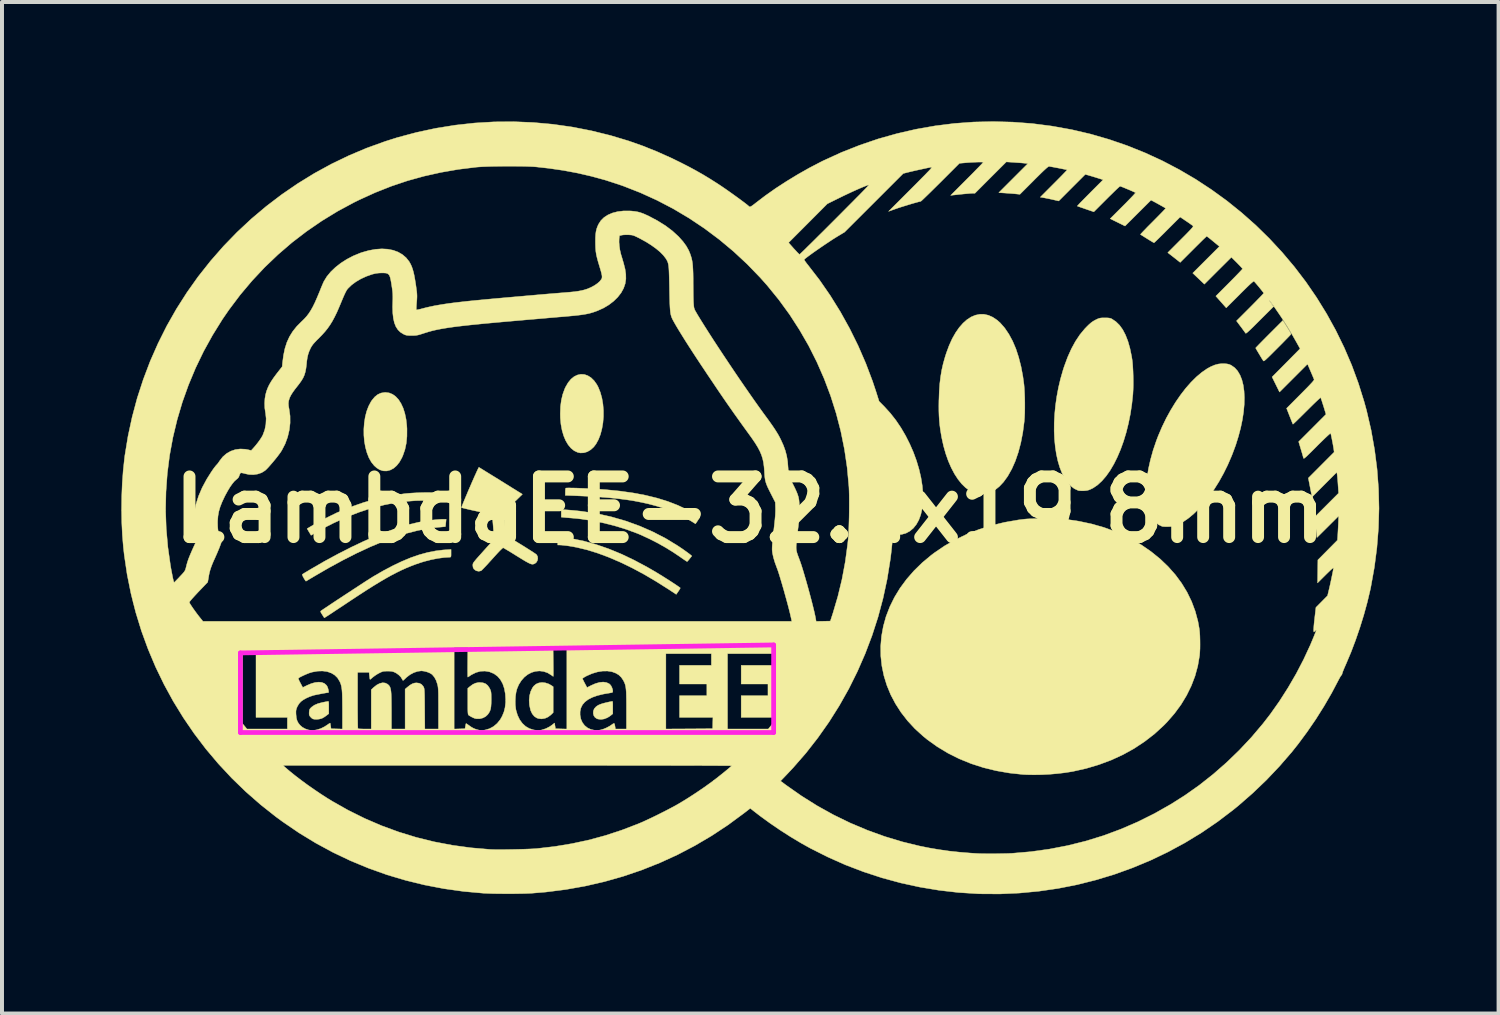
<source format=kicad_pcb>
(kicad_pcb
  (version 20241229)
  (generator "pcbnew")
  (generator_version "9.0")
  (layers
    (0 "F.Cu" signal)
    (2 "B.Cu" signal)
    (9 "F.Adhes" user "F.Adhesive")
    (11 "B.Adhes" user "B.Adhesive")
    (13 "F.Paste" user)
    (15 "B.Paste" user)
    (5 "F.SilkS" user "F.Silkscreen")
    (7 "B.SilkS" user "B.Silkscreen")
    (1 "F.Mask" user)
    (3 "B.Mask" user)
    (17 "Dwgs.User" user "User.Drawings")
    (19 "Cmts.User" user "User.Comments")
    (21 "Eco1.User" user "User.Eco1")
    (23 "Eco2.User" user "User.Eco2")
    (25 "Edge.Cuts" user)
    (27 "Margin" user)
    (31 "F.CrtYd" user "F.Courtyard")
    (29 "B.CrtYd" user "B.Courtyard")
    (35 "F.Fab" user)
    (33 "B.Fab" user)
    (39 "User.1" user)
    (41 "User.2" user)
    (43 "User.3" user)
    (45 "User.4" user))
  (footprint "LambdaEE-32.4x19.8mm"
    (layer "F.Cu")
    (at 15.791 9.757)
    (property "Reference" "LambdaEE-32.4x19.8mm" (at 0 0 0) (layer "F.SilkS") (effects (font (size 1.524 1.524) (thickness 0.3))))
    (attr exclude_from_pos_files exclude_from_bom)
    (fp_poly (pts (xy -5.137 4.352) (xy -5.052 4.38) (xy -4.992 4.414) (xy -4.94 4.448) (xy -4.94 5.1) (xy -4.994 5.153) (xy -5.067 5.209) (xy -5.146 5.244) (xy -5.229 5.258) (xy -5.31 5.249) (xy -5.354 5.234) (xy -5.416 5.192) (xy -5.467 5.129) (xy -5.505 5.049) (xy -5.511 5.029) (xy -5.537 4.908) (xy -5.544 4.788) (xy -5.533 4.673) (xy -5.505 4.568) (xy -5.46 4.476) (xy -5.429 4.434) (xy -5.371 4.384) (xy -5.3 4.354) (xy -5.221 4.343) (xy -5.137 4.352)) (stroke (width 0.01) (type solid)) (fill yes) (layer "F.SilkS"))
    (fp_poly (pts (xy -3.45 4.82) (xy -3.445 4.833) (xy -3.443 4.858) (xy -3.442 4.901) (xy -3.442 4.965) (xy -3.442 4.971) (xy -3.442 5.129) (xy -3.496 5.174) (xy -3.575 5.226) (xy -3.657 5.259) (xy -3.738 5.271) (xy -3.814 5.262) (xy -3.844 5.252) (xy -3.89 5.219) (xy -3.921 5.172) (xy -3.934 5.117) (xy -3.93 5.059) (xy -3.908 5.003) (xy -3.869 4.958) (xy -3.836 4.932) (xy -3.799 4.91) (xy -3.755 4.891) (xy -3.699 4.872) (xy -3.629 4.854) (xy -3.539 4.833) (xy -3.47 4.819) (xy -3.458 4.817) (xy -3.45 4.82)) (stroke (width 0.01) (type solid)) (fill yes) (layer "F.SilkS"))
    (fp_poly (pts (xy -10.588 4.82) (xy -10.583 4.833) (xy -10.58 4.859) (xy -10.579 4.901) (xy -10.579 4.965) (xy -10.579 4.97) (xy -10.579 5.128) (xy -10.647 5.18) (xy -10.691 5.211) (xy -10.738 5.238) (xy -10.769 5.251) (xy -10.82 5.263) (xy -10.879 5.269) (xy -10.935 5.268) (xy -10.978 5.259) (xy -10.98 5.258) (xy -11.005 5.242) (xy -11.034 5.214) (xy -11.042 5.206) (xy -11.062 5.179) (xy -11.071 5.154) (xy -11.073 5.121) (xy -11.072 5.088) (xy -11.067 5.044) (xy -11.058 5.014) (xy -11.038 4.988) (xy -11.009 4.96) (xy -10.94 4.912) (xy -10.849 4.873) (xy -10.737 4.844) (xy -10.712 4.839) (xy -10.666 4.83) (xy -10.627 4.823) (xy -10.608 4.819) (xy -10.596 4.817) (xy -10.588 4.82)) (stroke (width 0.01) (type solid)) (fill yes) (layer "F.SilkS"))
    (fp_poly (pts (xy -4.747 0.694) (xy -4.456 0.731) (xy -4.16 0.792) (xy -3.857 0.877) (xy -3.547 0.984) (xy -3.229 1.115) (xy -2.904 1.27) (xy -2.571 1.448) (xy -2.34 1.582) (xy -2.267 1.627) (xy -2.189 1.675) (xy -2.11 1.725) (xy -2.03 1.775) (xy -1.955 1.824) (xy -1.888 1.868) (xy -1.83 1.907) (xy -1.785 1.938) (xy -1.756 1.958) (xy -1.747 1.967) (xy -1.751 1.981) (xy -1.767 2.01) (xy -1.791 2.047) (xy -1.795 2.052) (xy -1.848 2.129) (xy -2.038 2.003) (xy -2.351 1.805) (xy -2.659 1.624) (xy -2.962 1.462) (xy -3.258 1.319) (xy -3.547 1.195) (xy -3.827 1.091) (xy -4.097 1.008) (xy -4.356 0.946) (xy -4.538 0.914) (xy -4.607 0.904) (xy -4.672 0.897) (xy -4.727 0.891) (xy -4.764 0.889) (xy -4.766 0.889) (xy -4.826 0.889) (xy -4.826 0.686) (xy -4.747 0.694)) (stroke (width 0.01) (type solid)) (fill yes) (layer "F.SilkS"))
    (fp_poly (pts (xy -4.157 -3.397) (xy -4.072 -3.368) (xy -3.99 -3.317) (xy -3.913 -3.242) (xy -3.844 -3.145) (xy -3.809 -3.08) (xy -3.756 -2.948) (xy -3.716 -2.804) (xy -3.69 -2.652) (xy -3.677 -2.495) (xy -3.677 -2.336) (xy -3.69 -2.18) (xy -3.716 -2.03) (xy -3.753 -1.889) (xy -3.803 -1.761) (xy -3.864 -1.65) (xy -3.922 -1.574) (xy -3.998 -1.505) (xy -4.081 -1.456) (xy -4.168 -1.429) (xy -4.257 -1.425) (xy -4.326 -1.44) (xy -4.413 -1.481) (xy -4.493 -1.546) (xy -4.564 -1.631) (xy -4.626 -1.735) (xy -4.677 -1.857) (xy -4.717 -1.994) (xy -4.745 -2.144) (xy -4.76 -2.306) (xy -4.762 -2.411) (xy -4.756 -2.589) (xy -4.735 -2.75) (xy -4.7 -2.898) (xy -4.65 -3.036) (xy -4.628 -3.083) (xy -4.564 -3.193) (xy -4.492 -3.28) (xy -4.413 -3.344) (xy -4.33 -3.384) (xy -4.244 -3.402) (xy -4.157 -3.397)) (stroke (width 0.01) (type solid)) (fill yes) (layer "F.SilkS"))
    (fp_poly (pts (xy -6.704 4.351) (xy -6.638 4.375) (xy -6.585 4.419) (xy -6.54 4.485) (xy -6.525 4.515) (xy -6.514 4.542) (xy -6.506 4.568) (xy -6.501 4.599) (xy -6.498 4.639) (xy -6.497 4.695) (xy -6.496 4.77) (xy -6.496 4.775) (xy -6.498 4.87) (xy -6.503 4.945) (xy -6.512 5.005) (xy -6.528 5.055) (xy -6.551 5.1) (xy -6.582 5.145) (xy -6.584 5.148) (xy -6.638 5.198) (xy -6.706 5.234) (xy -6.783 5.254) (xy -6.862 5.255) (xy -6.909 5.246) (xy -6.948 5.23) (xy -6.995 5.207) (xy -7.04 5.181) (xy -7.064 5.165) (xy -7.071 5.157) (xy -7.076 5.145) (xy -7.08 5.126) (xy -7.083 5.096) (xy -7.085 5.052) (xy -7.086 4.992) (xy -7.086 4.912) (xy -7.086 4.818) (xy -7.086 4.489) (xy -7.033 4.445) (xy -6.961 4.392) (xy -6.893 4.36) (xy -6.823 4.345) (xy -6.786 4.343) (xy -6.704 4.351)) (stroke (width 0.01) (type solid)) (fill yes) (layer "F.SilkS"))
    (fp_poly (pts (xy 13.452 -4.666) (xy 13.503 -4.585) (xy 13.544 -4.517) (xy 13.576 -4.464) (xy 13.595 -4.428) (xy 13.602 -4.412) (xy 13.593 -4.4) (xy 13.568 -4.373) (xy 13.529 -4.332) (xy 13.478 -4.28) (xy 13.417 -4.217) (xy 13.348 -4.147) (xy 13.272 -4.071) (xy 13.26 -4.059) (xy 13.173 -3.972) (xy 13.102 -3.901) (xy 13.045 -3.845) (xy 13.001 -3.803) (xy 12.968 -3.772) (xy 12.944 -3.752) (xy 12.927 -3.74) (xy 12.916 -3.736) (xy 12.908 -3.737) (xy 12.903 -3.743) (xy 12.9 -3.748) (xy 12.87 -3.795) (xy 12.837 -3.849) (xy 12.804 -3.905) (xy 12.772 -3.958) (xy 12.744 -4.005) (xy 12.724 -4.04) (xy 12.714 -4.06) (xy 12.713 -4.062) (xy 12.721 -4.073) (xy 12.746 -4.099) (xy 12.785 -4.14) (xy 12.836 -4.192) (xy 12.897 -4.254) (xy 12.966 -4.324) (xy 13.042 -4.4) (xy 13.054 -4.412) (xy 13.396 -4.754) (xy 13.452 -4.666)) (stroke (width 0.01) (type solid)) (fill yes) (layer "F.SilkS"))
    (fp_poly (pts (xy -9.062 -2.934) (xy -8.976 -2.899) (xy -8.897 -2.842) (xy -8.825 -2.764) (xy -8.763 -2.666) (xy -8.71 -2.551) (xy -8.668 -2.419) (xy -8.637 -2.271) (xy -8.619 -2.11) (xy -8.614 -2.032) (xy -8.615 -1.842) (xy -8.632 -1.668) (xy -8.666 -1.508) (xy -8.718 -1.358) (xy -8.743 -1.302) (xy -8.803 -1.195) (xy -8.872 -1.108) (xy -8.948 -1.041) (xy -9.031 -0.996) (xy -9.117 -0.973) (xy -9.205 -0.974) (xy -9.22 -0.977) (xy -9.298 -1.002) (xy -9.372 -1.048) (xy -9.437 -1.105) (xy -9.51 -1.196) (xy -9.571 -1.305) (xy -9.62 -1.431) (xy -9.658 -1.569) (xy -9.684 -1.716) (xy -9.697 -1.868) (xy -9.698 -2.024) (xy -9.687 -2.177) (xy -9.664 -2.327) (xy -9.628 -2.469) (xy -9.579 -2.599) (xy -9.517 -2.715) (xy -9.494 -2.749) (xy -9.424 -2.833) (xy -9.349 -2.893) (xy -9.268 -2.93) (xy -9.178 -2.945) (xy -9.156 -2.946) (xy -9.062 -2.934)) (stroke (width 0.01) (type solid)) (fill yes) (layer "F.SilkS"))
    (fp_poly (pts (xy -7.957 -0.427) (xy -7.934 -0.426) (xy -7.785 -0.417) (xy -7.785 -0.338) (xy -7.787 -0.295) (xy -7.791 -0.261) (xy -7.795 -0.246) (xy -7.809 -0.241) (xy -7.845 -0.237) (xy -7.904 -0.235) (xy -7.987 -0.233) (xy -8.093 -0.232) (xy -8.115 -0.232) (xy -8.396 -0.226) (xy -8.663 -0.205) (xy -8.924 -0.17) (xy -9.183 -0.12) (xy -9.45 -0.052) (xy -9.614 -0.004) (xy -9.814 0.063) (xy -10.026 0.144) (xy -10.243 0.237) (xy -10.459 0.337) (xy -10.667 0.442) (xy -10.86 0.549) (xy -10.862 0.55) (xy -11.024 0.645) (xy -11.074 0.562) (xy -11.124 0.478) (xy -11.026 0.419) (xy -10.704 0.238) (xy -10.375 0.077) (xy -10.039 -0.063) (xy -9.7 -0.181) (xy -9.359 -0.277) (xy -9.02 -0.35) (xy -8.683 -0.4) (xy -8.629 -0.406) (xy -8.521 -0.415) (xy -8.402 -0.422) (xy -8.28 -0.427) (xy -8.16 -0.43) (xy -8.05 -0.43) (xy -7.957 -0.427)) (stroke (width 0.01) (type solid)) (fill yes) (layer "F.SilkS"))
    (fp_poly (pts (xy -4.696 0.000131) (xy -4.655 0.002) (xy -4.595 0.006) (xy -4.52 0.012) (xy -4.436 0.019) (xy -4.348 0.028) (xy -4.262 0.037) (xy -4.191 0.046) (xy -3.826 0.103) (xy -3.466 0.184) (xy -3.113 0.286) (xy -2.769 0.411) (xy -2.437 0.556) (xy -2.117 0.721) (xy -1.813 0.906) (xy -1.682 0.994) (xy -1.626 1.034) (xy -1.573 1.072) (xy -1.53 1.104) (xy -1.501 1.126) (xy -1.499 1.128) (xy -1.456 1.164) (xy -1.511 1.233) (xy -1.539 1.268) (xy -1.561 1.293) (xy -1.573 1.305) (xy -1.573 1.305) (xy -1.586 1.299) (xy -1.615 1.28) (xy -1.657 1.252) (xy -1.709 1.216) (xy -1.74 1.194) (xy -1.919 1.073) (xy -2.115 0.952) (xy -2.321 0.836) (xy -2.53 0.73) (xy -2.733 0.636) (xy -2.82 0.599) (xy -3.105 0.494) (xy -3.406 0.402) (xy -3.715 0.326) (xy -4.026 0.266) (xy -4.332 0.224) (xy -4.489 0.21) (xy -4.55 0.205) (xy -4.613 0.2) (xy -4.663 0.195) (xy -4.664 0.195) (xy -4.737 0.188) (xy -4.737 0) (xy -4.696 0.000131)) (stroke (width 0.01) (type solid)) (fill yes) (layer "F.SilkS"))
    (fp_poly (pts (xy -4.442 -0.544) (xy -4.354 -0.542) (xy -4.255 -0.538) (xy -4.148 -0.534) (xy -4.036 -0.528) (xy -3.921 -0.522) (xy -3.806 -0.515) (xy -3.695 -0.507) (xy -3.619 -0.502) (xy -3.264 -0.467) (xy -2.931 -0.42) (xy -2.619 -0.361) (xy -2.328 -0.29) (xy -2.058 -0.206) (xy -1.807 -0.109) (xy -1.575 0.001) (xy -1.361 0.124) (xy -1.348 0.132) (xy -1.255 0.192) (xy -1.277 0.226) (xy -1.317 0.287) (xy -1.345 0.329) (xy -1.361 0.351) (xy -1.364 0.355) (xy -1.374 0.349) (xy -1.402 0.332) (xy -1.441 0.307) (xy -1.467 0.291) (xy -1.652 0.184) (xy -1.857 0.086) (xy -2.075 -0.003) (xy -2.303 -0.079) (xy -2.351 -0.093) (xy -2.526 -0.14) (xy -2.707 -0.181) (xy -2.897 -0.218) (xy -3.099 -0.25) (xy -3.314 -0.277) (xy -3.544 -0.3) (xy -3.793 -0.32) (xy -4.062 -0.336) (xy -4.354 -0.349) (xy -4.397 -0.351) (xy -4.636 -0.359) (xy -4.635 -0.443) (xy -4.634 -0.488) (xy -4.63 -0.523) (xy -4.626 -0.54) (xy -4.611 -0.544) (xy -4.573 -0.545) (xy -4.516 -0.545) (xy -4.442 -0.544)) (stroke (width 0.01) (type solid)) (fill yes) (layer "F.SilkS"))
    (fp_poly (pts (xy -7.638 0.333) (xy -7.642 0.377) (xy -7.646 0.411) (xy -7.649 0.426) (xy -7.649 0.426) (xy -7.662 0.428) (xy -7.696 0.431) (xy -7.745 0.436) (xy -7.807 0.441) (xy -7.831 0.443) (xy -8.081 0.473) (xy -8.344 0.524) (xy -8.622 0.595) (xy -8.913 0.687) (xy -9.218 0.801) (xy -9.537 0.935) (xy -9.871 1.09) (xy -10.218 1.266) (xy -10.58 1.463) (xy -10.954 1.68) (xy -11.016 1.717) (xy -11.071 1.75) (xy -11.114 1.776) (xy -11.142 1.792) (xy -11.152 1.798) (xy -11.161 1.79) (xy -11.179 1.765) (xy -11.202 1.727) (xy -11.207 1.719) (xy -11.229 1.678) (xy -11.243 1.645) (xy -11.245 1.627) (xy -11.244 1.626) (xy -11.23 1.617) (xy -11.198 1.597) (xy -11.151 1.568) (xy -11.093 1.534) (xy -11.03 1.496) (xy -10.683 1.295) (xy -10.345 1.112) (xy -10.017 0.945) (xy -9.701 0.795) (xy -9.397 0.662) (xy -9.106 0.548) (xy -8.828 0.452) (xy -8.565 0.374) (xy -8.317 0.315) (xy -8.195 0.293) (xy -8.084 0.276) (xy -7.972 0.261) (xy -7.866 0.25) (xy -7.772 0.243) (xy -7.706 0.241) (xy -7.629 0.241) (xy -7.638 0.333)) (stroke (width 0.01) (type solid)) (fill yes) (layer "F.SilkS"))
    (fp_poly (pts (xy -7.506 1.097) (xy -7.506 1.146) (xy -7.509 1.175) (xy -7.515 1.189) (xy -7.526 1.194) (xy -7.534 1.194) (xy -7.68 1.203) (xy -7.841 1.225) (xy -8.009 1.258) (xy -8.179 1.302) (xy -8.28 1.333) (xy -8.4 1.374) (xy -8.517 1.419) (xy -8.635 1.467) (xy -8.754 1.521) (xy -8.876 1.581) (xy -9.005 1.648) (xy -9.141 1.724) (xy -9.286 1.809) (xy -9.444 1.905) (xy -9.615 2.012) (xy -9.801 2.133) (xy -10.005 2.267) (xy -10.089 2.323) (xy -10.192 2.392) (xy -10.291 2.457) (xy -10.382 2.517) (xy -10.463 2.571) (xy -10.532 2.617) (xy -10.587 2.653) (xy -10.626 2.678) (xy -10.645 2.69) (xy -10.692 2.719) (xy -10.743 2.639) (xy -10.769 2.598) (xy -10.782 2.572) (xy -10.785 2.557) (xy -10.777 2.546) (xy -10.773 2.542) (xy -10.747 2.524) (xy -10.703 2.494) (xy -10.643 2.454) (xy -10.568 2.404) (xy -10.483 2.347) (xy -10.388 2.284) (xy -10.286 2.217) (xy -10.181 2.148) (xy -10.074 2.078) (xy -9.968 2.008) (xy -9.865 1.941) (xy -9.768 1.878) (xy -9.68 1.82) (xy -9.602 1.77) (xy -9.537 1.729) (xy -9.488 1.698) (xy -9.461 1.681) (xy -9.207 1.534) (xy -8.966 1.407) (xy -8.737 1.298) (xy -8.518 1.207) (xy -8.307 1.134) (xy -8.103 1.078) (xy -7.904 1.038) (xy -7.708 1.013) (xy -7.646 1.009) (xy -7.506 1) (xy -7.506 1.097)) (stroke (width 0.01) (type solid)) (fill yes) (layer "F.SilkS"))
    (fp_poly (pts (xy 11.934 -3.668) (xy 11.996 -3.662) (xy 12.045 -3.651) (xy 12.089 -3.632) (xy 12.102 -3.625) (xy 12.187 -3.565) (xy 12.259 -3.484) (xy 12.319 -3.383) (xy 12.366 -3.265) (xy 12.4 -3.13) (xy 12.421 -2.98) (xy 12.429 -2.817) (xy 12.425 -2.641) (xy 12.408 -2.454) (xy 12.378 -2.257) (xy 12.335 -2.052) (xy 12.279 -1.84) (xy 12.211 -1.622) (xy 12.129 -1.401) (xy 12.107 -1.346) (xy 12.011 -1.124) (xy 11.905 -0.91) (xy 11.791 -0.705) (xy 11.67 -0.512) (xy 11.544 -0.333) (xy 11.415 -0.167) (xy 11.282 -0.019) (xy 11.148 0.112) (xy 11.014 0.222) (xy 10.881 0.312) (xy 10.751 0.378) (xy 10.734 0.385) (xy 10.677 0.405) (xy 10.626 0.418) (xy 10.569 0.425) (xy 10.516 0.427) (xy 10.459 0.428) (xy 10.409 0.426) (xy 10.373 0.423) (xy 10.363 0.421) (xy 10.271 0.377) (xy 10.188 0.312) (xy 10.117 0.226) (xy 10.058 0.122) (xy 10.013 0.001) (xy 10.003 -0.038) (xy 9.973 -0.206) (xy 9.96 -0.391) (xy 9.963 -0.591) (xy 9.983 -0.803) (xy 10.018 -1.025) (xy 10.07 -1.256) (xy 10.136 -1.493) (xy 10.218 -1.734) (xy 10.264 -1.854) (xy 10.36 -2.079) (xy 10.465 -2.296) (xy 10.579 -2.503) (xy 10.7 -2.7) (xy 10.826 -2.883) (xy 10.956 -3.052) (xy 11.09 -3.204) (xy 11.225 -3.338) (xy 11.36 -3.451) (xy 11.493 -3.543) (xy 11.587 -3.594) (xy 11.684 -3.635) (xy 11.773 -3.659) (xy 11.861 -3.669) (xy 11.934 -3.668)) (stroke (width 0.01) (type solid)) (fill yes) (layer "F.SilkS"))
    (fp_poly (pts (xy 5.887 -4.909) (xy 5.996 -4.885) (xy 6.105 -4.837) (xy 6.212 -4.765) (xy 6.292 -4.695) (xy 6.407 -4.564) (xy 6.511 -4.41) (xy 6.605 -4.236) (xy 6.688 -4.041) (xy 6.758 -3.826) (xy 6.817 -3.594) (xy 6.864 -3.343) (xy 6.891 -3.143) (xy 6.899 -3.049) (xy 6.905 -2.937) (xy 6.91 -2.813) (xy 6.912 -2.683) (xy 6.912 -2.553) (xy 6.91 -2.429) (xy 6.905 -2.318) (xy 6.898 -2.226) (xy 6.897 -2.216) (xy 6.861 -1.939) (xy 6.811 -1.68) (xy 6.748 -1.441) (xy 6.673 -1.222) (xy 6.585 -1.023) (xy 6.486 -0.847) (xy 6.474 -0.829) (xy 6.376 -0.694) (xy 6.273 -0.584) (xy 6.166 -0.498) (xy 6.056 -0.436) (xy 5.942 -0.4) (xy 5.825 -0.388) (xy 5.746 -0.394) (xy 5.636 -0.422) (xy 5.529 -0.475) (xy 5.426 -0.55) (xy 5.327 -0.646) (xy 5.233 -0.763) (xy 5.145 -0.898) (xy 5.064 -1.051) (xy 4.99 -1.22) (xy 4.925 -1.404) (xy 4.869 -1.601) (xy 4.823 -1.81) (xy 4.808 -1.896) (xy 4.788 -2.021) (xy 4.773 -2.136) (xy 4.763 -2.246) (xy 4.756 -2.357) (xy 4.752 -2.476) (xy 4.751 -2.607) (xy 4.753 -2.759) (xy 4.754 -2.76) (xy 4.761 -2.969) (xy 4.774 -3.159) (xy 4.795 -3.335) (xy 4.823 -3.503) (xy 4.86 -3.667) (xy 4.907 -3.834) (xy 4.94 -3.937) (xy 5.01 -4.126) (xy 5.087 -4.296) (xy 5.172 -4.446) (xy 5.263 -4.577) (xy 5.359 -4.686) (xy 5.459 -4.775) (xy 5.563 -4.842) (xy 5.669 -4.887) (xy 5.778 -4.909) (xy 5.887 -4.909)) (stroke (width 0.01) (type solid)) (fill yes) (layer "F.SilkS"))
    (fp_poly (pts (xy 8.921 -4.82) (xy 8.985 -4.819) (xy 9.03 -4.815) (xy 9.063 -4.808) (xy 9.093 -4.796) (xy 9.1 -4.792) (xy 9.2 -4.725) (xy 9.291 -4.636) (xy 9.371 -4.525) (xy 9.441 -4.391) (xy 9.502 -4.235) (xy 9.553 -4.056) (xy 9.595 -3.854) (xy 9.609 -3.766) (xy 9.618 -3.689) (xy 9.625 -3.593) (xy 9.631 -3.483) (xy 9.635 -3.364) (xy 9.637 -3.243) (xy 9.637 -3.126) (xy 9.634 -3.017) (xy 9.629 -2.923) (xy 9.628 -2.902) (xy 9.601 -2.65) (xy 9.564 -2.405) (xy 9.516 -2.167) (xy 9.459 -1.938) (xy 9.393 -1.72) (xy 9.319 -1.514) (xy 9.237 -1.322) (xy 9.149 -1.145) (xy 9.055 -0.985) (xy 8.955 -0.844) (xy 8.85 -0.722) (xy 8.742 -0.622) (xy 8.63 -0.545) (xy 8.578 -0.519) (xy 8.523 -0.495) (xy 8.474 -0.482) (xy 8.419 -0.476) (xy 8.389 -0.474) (xy 8.336 -0.474) (xy 8.29 -0.476) (xy 8.258 -0.48) (xy 8.255 -0.481) (xy 8.156 -0.527) (xy 8.066 -0.595) (xy 7.984 -0.684) (xy 7.911 -0.792) (xy 7.846 -0.919) (xy 7.79 -1.062) (xy 7.743 -1.221) (xy 7.705 -1.392) (xy 7.677 -1.576) (xy 7.658 -1.77) (xy 7.649 -1.973) (xy 7.65 -2.183) (xy 7.662 -2.399) (xy 7.683 -2.619) (xy 7.715 -2.843) (xy 7.757 -3.067) (xy 7.81 -3.291) (xy 7.874 -3.514) (xy 7.9 -3.594) (xy 7.987 -3.83) (xy 8.082 -4.042) (xy 8.185 -4.231) (xy 8.297 -4.399) (xy 8.419 -4.546) (xy 8.463 -4.592) (xy 8.522 -4.65) (xy 8.571 -4.693) (xy 8.614 -4.725) (xy 8.658 -4.752) (xy 8.693 -4.77) (xy 8.74 -4.793) (xy 8.777 -4.807) (xy 8.812 -4.815) (xy 8.852 -4.819) (xy 8.908 -4.82) (xy 8.921 -4.82)) (stroke (width 0.01) (type solid)) (fill yes) (layer "F.SilkS"))
    (fp_poly (pts (xy 7.518 0.223) (xy 7.633 0.225) (xy 7.739 0.228) (xy 7.831 0.232) (xy 7.904 0.237) (xy 7.918 0.239) (xy 8.261 0.289) (xy 8.591 0.359) (xy 8.906 0.449) (xy 9.207 0.559) (xy 9.493 0.688) (xy 9.762 0.837) (xy 9.838 0.884) (xy 10.084 1.054) (xy 10.308 1.235) (xy 10.511 1.429) (xy 10.693 1.634) (xy 10.852 1.849) (xy 10.989 2.074) (xy 11.103 2.309) (xy 11.194 2.553) (xy 11.262 2.805) (xy 11.297 3) (xy 11.305 3.076) (xy 11.311 3.171) (xy 11.314 3.277) (xy 11.315 3.387) (xy 11.314 3.493) (xy 11.309 3.589) (xy 11.303 3.667) (xy 11.302 3.671) (xy 11.258 3.928) (xy 11.189 4.181) (xy 11.095 4.427) (xy 10.978 4.666) (xy 10.838 4.898) (xy 10.674 5.121) (xy 10.488 5.335) (xy 10.402 5.423) (xy 10.172 5.634) (xy 9.924 5.826) (xy 9.66 6.001) (xy 9.38 6.156) (xy 9.085 6.292) (xy 8.776 6.407) (xy 8.455 6.503) (xy 8.121 6.578) (xy 8.088 6.584) (xy 7.915 6.611) (xy 7.728 6.633) (xy 7.532 6.65) (xy 7.335 6.66) (xy 7.143 6.663) (xy 6.965 6.66) (xy 6.864 6.655) (xy 6.521 6.618) (xy 6.188 6.56) (xy 5.867 6.481) (xy 5.558 6.381) (xy 5.262 6.26) (xy 4.98 6.119) (xy 4.713 5.958) (xy 4.461 5.778) (xy 4.356 5.692) (xy 4.15 5.505) (xy 3.965 5.305) (xy 3.802 5.095) (xy 3.661 4.876) (xy 3.541 4.649) (xy 3.445 4.415) (xy 3.371 4.175) (xy 3.32 3.93) (xy 3.293 3.682) (xy 3.29 3.431) (xy 3.311 3.179) (xy 3.357 2.927) (xy 3.424 2.686) (xy 3.519 2.44) (xy 3.637 2.2) (xy 3.778 1.969) (xy 3.942 1.747) (xy 4.128 1.534) (xy 4.335 1.332) (xy 4.563 1.142) (xy 4.633 1.089) (xy 4.891 0.913) (xy 5.165 0.756) (xy 5.455 0.617) (xy 5.76 0.497) (xy 6.077 0.397) (xy 6.405 0.318) (xy 6.743 0.259) (xy 6.902 0.239) (xy 6.971 0.233) (xy 7.06 0.229) (xy 7.164 0.226) (xy 7.279 0.224) (xy 7.398 0.223) (xy 7.518 0.223)) (stroke (width 0.01) (type solid)) (fill yes) (layer "F.SilkS"))
    (fp_poly (pts (xy -6.794 -1.057) (xy -6.762 -1.037) (xy -6.713 -1.007) (xy -6.649 -0.967) (xy -6.571 -0.919) (xy -6.482 -0.864) (xy -6.384 -0.804) (xy -6.279 -0.739) (xy -6.256 -0.724) (xy -5.714 -0.387) (xy -5.948 -0.159) (xy -6.182 0.07) (xy -6.158 0.354) (xy -6.151 0.436) (xy -6.145 0.509) (xy -6.139 0.57) (xy -6.135 0.614) (xy -6.132 0.638) (xy -6.131 0.641) (xy -6.12 0.648) (xy -6.09 0.667) (xy -6.043 0.696) (xy -5.981 0.734) (xy -5.909 0.779) (xy -5.827 0.83) (xy -5.753 0.875) (xy -5.664 0.93) (xy -5.582 0.982) (xy -5.508 1.029) (xy -5.446 1.069) (xy -5.398 1.101) (xy -5.367 1.123) (xy -5.357 1.132) (xy -5.332 1.178) (xy -5.327 1.232) (xy -5.339 1.284) (xy -5.367 1.329) (xy -5.399 1.353) (xy -5.422 1.364) (xy -5.444 1.37) (xy -5.468 1.371) (xy -5.496 1.366) (xy -5.531 1.352) (xy -5.575 1.33) (xy -5.632 1.299) (xy -5.704 1.256) (xy -5.793 1.201) (xy -5.849 1.167) (xy -5.932 1.115) (xy -6.008 1.068) (xy -6.075 1.028) (xy -6.131 0.995) (xy -6.171 0.971) (xy -6.194 0.959) (xy -6.198 0.957) (xy -6.211 0.966) (xy -6.24 0.992) (xy -6.283 1.034) (xy -6.337 1.091) (xy -6.402 1.162) (xy -6.47 1.238) (xy -6.536 1.31) (xy -6.596 1.377) (xy -6.651 1.435) (xy -6.696 1.482) (xy -6.73 1.516) (xy -6.75 1.534) (xy -6.754 1.536) (xy -6.81 1.549) (xy -6.869 1.537) (xy -6.892 1.525) (xy -6.933 1.492) (xy -6.954 1.451) (xy -6.96 1.4) (xy -6.959 1.383) (xy -6.958 1.368) (xy -6.953 1.352) (xy -6.943 1.333) (xy -6.926 1.309) (xy -6.901 1.278) (xy -6.866 1.236) (xy -6.819 1.183) (xy -6.759 1.116) (xy -6.683 1.031) (xy -6.681 1.029) (xy -6.62 0.961) (xy -6.564 0.899) (xy -6.516 0.845) (xy -6.478 0.802) (xy -6.452 0.772) (xy -6.441 0.759) (xy -6.436 0.749) (xy -6.432 0.731) (xy -6.431 0.702) (xy -6.432 0.66) (xy -6.435 0.601) (xy -6.44 0.523) (xy -6.446 0.442) (xy -6.453 0.354) (xy -6.46 0.276) (xy -6.468 0.212) (xy -6.474 0.164) (xy -6.48 0.137) (xy -6.482 0.132) (xy -6.498 0.126) (xy -6.535 0.115) (xy -6.59 0.101) (xy -6.661 0.084) (xy -6.744 0.065) (xy -6.836 0.044) (xy -6.864 0.038) (xy -6.958 0.018) (xy -7.043 -0.001) (xy -7.117 -0.019) (xy -7.177 -0.033) (xy -7.22 -0.044) (xy -7.241 -0.05) (xy -7.243 -0.051) (xy -7.24 -0.064) (xy -7.229 -0.097) (xy -7.209 -0.148) (xy -7.183 -0.213) (xy -7.151 -0.289) (xy -7.115 -0.374) (xy -7.077 -0.465) (xy -7.036 -0.559) (xy -6.996 -0.652) (xy -6.956 -0.743) (xy -6.919 -0.828) (xy -6.884 -0.904) (xy -6.855 -0.969) (xy -6.831 -1.019) (xy -6.815 -1.052) (xy -6.807 -1.064) (xy -6.806 -1.064) (xy -6.794 -1.057)) (stroke (width 0.01) (type solid)) (fill yes) (layer "F.SilkS"))
    (fp_poly (pts (xy 6.609 -9.739) (xy 7.1 -9.702) (xy 7.59 -9.639) (xy 8.079 -9.551) (xy 8.09 -9.549) (xy 8.565 -9.438) (xy 9.031 -9.303) (xy 9.487 -9.146) (xy 9.933 -8.967) (xy 10.369 -8.766) (xy 10.793 -8.544) (xy 11.204 -8.303) (xy 11.603 -8.041) (xy 11.988 -7.762) (xy 12.359 -7.463) (xy 12.715 -7.148) (xy 13.055 -6.815) (xy 13.378 -6.467) (xy 13.685 -6.103) (xy 13.974 -5.724) (xy 14.244 -5.331) (xy 14.495 -4.924) (xy 14.726 -4.505) (xy 14.937 -4.073) (xy 15.127 -3.63) (xy 15.294 -3.176) (xy 15.439 -2.712) (xy 15.5 -2.489) (xy 15.613 -2.001) (xy 15.7 -1.512) (xy 15.763 -1.02) (xy 15.8 -0.527) (xy 15.812 -0.033) (xy 15.798 0.462) (xy 15.759 0.957) (xy 15.695 1.451) (xy 15.606 1.946) (xy 15.589 2.026) (xy 15.517 2.329) (xy 15.431 2.643) (xy 15.333 2.96) (xy 15.225 3.275) (xy 15.11 3.579) (xy 14.989 3.866) (xy 14.972 3.905) (xy 14.944 3.968) (xy 14.92 4.026) (xy 14.901 4.074) (xy 14.891 4.106) (xy 14.889 4.111) (xy 14.88 4.143) (xy 14.866 4.162) (xy 14.865 4.163) (xy 14.853 4.178) (xy 14.833 4.21) (xy 14.809 4.254) (xy 14.795 4.28) (xy 14.623 4.607) (xy 14.431 4.938) (xy 14.224 5.267) (xy 14.005 5.586) (xy 13.78 5.89) (xy 13.621 6.09) (xy 13.312 6.447) (xy 12.984 6.793) (xy 12.639 7.123) (xy 12.283 7.434) (xy 12.148 7.544) (xy 11.757 7.841) (xy 11.353 8.117) (xy 10.936 8.371) (xy 10.507 8.603) (xy 10.068 8.813) (xy 9.619 9) (xy 9.162 9.165) (xy 8.696 9.306) (xy 8.224 9.425) (xy 7.745 9.519) (xy 7.261 9.589) (xy 6.772 9.635) (xy 6.28 9.657) (xy 5.786 9.654) (xy 5.734 9.652) (xy 5.244 9.621) (xy 4.758 9.565) (xy 4.275 9.485) (xy 3.797 9.381) (xy 3.325 9.253) (xy 2.861 9.101) (xy 2.405 8.927) (xy 1.96 8.729) (xy 1.525 8.51) (xy 1.295 8.382) (xy 1.029 8.223) (xy 0.762 8.052) (xy 0.502 7.874) (xy 0.256 7.695) (xy 0.098 7.573) (xy 0.013 7.505) (xy -0.149 7.63) (xy -0.548 7.924) (xy -0.96 8.196) (xy -1.383 8.445) (xy -1.817 8.672) (xy -2.261 8.875) (xy -2.716 9.056) (xy -3.18 9.214) (xy -3.653 9.348) (xy -4.135 9.459) (xy -4.624 9.546) (xy -5.121 9.609) (xy -5.48 9.639) (xy -5.565 9.643) (xy -5.669 9.647) (xy -5.79 9.649) (xy -5.921 9.651) (xy -6.059 9.651) (xy -6.197 9.651) (xy -6.331 9.65) (xy -6.457 9.648) (xy -6.569 9.644) (xy -6.662 9.64) (xy -6.687 9.639) (xy -7.188 9.594) (xy -7.682 9.525) (xy -8.169 9.432) (xy -8.647 9.315) (xy -9.118 9.175) (xy -9.58 9.01) (xy -10.032 8.823) (xy -10.475 8.612) (xy -10.907 8.378) (xy -11.329 8.121) (xy -11.739 7.841) (xy -11.906 7.719) (xy -12.295 7.411) (xy -12.666 7.086) (xy -13.018 6.745) (xy -13.314 6.427) (xy -11.728 6.427) (xy -11.678 6.473) (xy -11.561 6.573) (xy -11.426 6.682) (xy -11.277 6.796) (xy -11.118 6.913) (xy -10.952 7.029) (xy -10.785 7.142) (xy -10.621 7.248) (xy -10.497 7.324) (xy -10.09 7.554) (xy -9.675 7.76) (xy -9.252 7.942) (xy -8.821 8.1) (xy -8.381 8.235) (xy -7.932 8.346) (xy -7.474 8.433) (xy -7.006 8.497) (xy -6.528 8.538) (xy -6.502 8.539) (xy -6.443 8.541) (xy -6.362 8.543) (xy -6.264 8.543) (xy -6.154 8.542) (xy -6.035 8.54) (xy -5.913 8.538) (xy -5.791 8.535) (xy -5.673 8.532) (xy -5.565 8.528) (xy -5.469 8.524) (xy -5.391 8.519) (xy -5.347 8.516) (xy -4.899 8.464) (xy -4.466 8.392) (xy -4.043 8.301) (xy -3.627 8.188) (xy -3.216 8.053) (xy -2.804 7.895) (xy -2.797 7.892) (xy -2.702 7.852) (xy -2.591 7.801) (xy -2.467 7.743) (xy -2.337 7.68) (xy -2.206 7.614) (xy -2.078 7.549) (xy -1.959 7.486) (xy -1.853 7.429) (xy -1.81 7.404) (xy -1.69 7.333) (xy -1.557 7.251) (xy -1.417 7.161) (xy -1.276 7.067) (xy -1.14 6.974) (xy -1.016 6.885) (xy -0.926 6.819) (xy 0.773 6.819) (xy 0.917 6.926) (xy 1.301 7.195) (xy 1.698 7.444) (xy 2.106 7.67) (xy 2.525 7.874) (xy 2.954 8.055) (xy 3.391 8.213) (xy 3.835 8.347) (xy 4.261 8.451) (xy 4.509 8.501) (xy 4.757 8.543) (xy 5.008 8.579) (xy 5.27 8.607) (xy 5.548 8.63) (xy 5.709 8.64) (xy 5.774 8.643) (xy 5.859 8.645) (xy 5.959 8.646) (xy 6.068 8.646) (xy 6.182 8.646) (xy 6.294 8.644) (xy 6.401 8.642) (xy 6.495 8.64) (xy 6.573 8.636) (xy 6.585 8.636) (xy 7.061 8.595) (xy 7.529 8.53) (xy 7.99 8.441) (xy 8.443 8.328) (xy 8.888 8.191) (xy 9.324 8.029) (xy 9.753 7.844) (xy 10.172 7.635) (xy 10.583 7.402) (xy 10.941 7.175) (xy 11.296 6.924) (xy 11.643 6.65) (xy 11.979 6.356) (xy 12.301 6.045) (xy 12.607 5.719) (xy 12.894 5.38) (xy 13.082 5.137) (xy 13.31 4.814) (xy 13.527 4.474) (xy 13.732 4.121) (xy 13.919 3.761) (xy 14.087 3.399) (xy 14.174 3.191) (xy 14.197 3.132) (xy 14.217 3.083) (xy 14.23 3.046) (xy 14.237 3.028) (xy 14.237 3.027) (xy 14.229 3.028) (xy 14.21 3.044) (xy 14.207 3.046) (xy 14.176 3.075) (xy 14.17 3.04) (xy 14.169 3.018) (xy 14.172 2.974) (xy 14.176 2.914) (xy 14.183 2.841) (xy 14.192 2.76) (xy 14.195 2.732) (xy 14.227 2.457) (xy 14.373 2.31) (xy 14.519 2.162) (xy 14.549 2.037) (xy 14.563 1.978) (xy 14.579 1.908) (xy 14.596 1.832) (xy 14.613 1.752) (xy 14.629 1.674) (xy 14.644 1.602) (xy 14.656 1.541) (xy 14.664 1.495) (xy 14.668 1.467) (xy 14.668 1.463) (xy 14.66 1.465) (xy 14.636 1.483) (xy 14.598 1.516) (xy 14.55 1.562) (xy 14.491 1.619) (xy 14.468 1.642) (xy 14.268 1.841) (xy 14.276 1.264) (xy 14.767 0.768) (xy 14.775 0.657) (xy 14.778 0.602) (xy 14.782 0.53) (xy 14.786 0.45) (xy 14.79 0.37) (xy 14.791 0.352) (xy 14.798 0.159) (xy 14.525 0.431) (xy 14.252 0.702) (xy 14.244 0.634) (xy 14.241 0.596) (xy 14.235 0.54) (xy 14.228 0.472) (xy 14.22 0.399) (xy 14.218 0.375) (xy 14.198 0.184) (xy 14.797 -0.415) (xy 14.782 -0.63) (xy 14.777 -0.705) (xy 14.771 -0.774) (xy 14.766 -0.833) (xy 14.761 -0.876) (xy 14.759 -0.892) (xy 14.751 -0.94) (xy 14.44 -0.629) (xy 14.129 -0.317) (xy 14.082 -0.556) (xy 14.036 -0.794) (xy 14.36 -1.119) (xy 14.685 -1.445) (xy 14.676 -1.513) (xy 14.67 -1.551) (xy 14.661 -1.604) (xy 14.65 -1.666) (xy 14.637 -1.732) (xy 14.625 -1.795) (xy 14.613 -1.851) (xy 14.604 -1.893) (xy 14.598 -1.916) (xy 14.598 -1.917) (xy 14.587 -1.914) (xy 14.559 -1.892) (xy 14.515 -1.852) (xy 14.453 -1.794) (xy 14.374 -1.717) (xy 14.277 -1.622) (xy 14.256 -1.6) (xy 14.17 -1.514) (xy 14.1 -1.444) (xy 14.044 -1.39) (xy 14.001 -1.348) (xy 13.969 -1.319) (xy 13.946 -1.3) (xy 13.931 -1.29) (xy 13.922 -1.288) (xy 13.916 -1.291) (xy 13.913 -1.299) (xy 13.912 -1.303) (xy 13.905 -1.328) (xy 13.893 -1.372) (xy 13.876 -1.43) (xy 13.857 -1.495) (xy 13.848 -1.524) (xy 13.793 -1.708) (xy 14.137 -2.052) (xy 14.48 -2.396) (xy 14.417 -2.603) (xy 14.395 -2.671) (xy 14.376 -2.731) (xy 14.36 -2.778) (xy 14.349 -2.808) (xy 14.345 -2.817) (xy 14.335 -2.81) (xy 14.309 -2.787) (xy 14.268 -2.749) (xy 14.216 -2.7) (xy 14.154 -2.64) (xy 14.084 -2.571) (xy 14.009 -2.496) (xy 13.995 -2.483) (xy 13.919 -2.407) (xy 13.848 -2.337) (xy 13.785 -2.275) (xy 13.732 -2.223) (xy 13.69 -2.183) (xy 13.662 -2.157) (xy 13.649 -2.147) (xy 13.649 -2.147) (xy 13.643 -2.16) (xy 13.629 -2.193) (xy 13.61 -2.241) (xy 13.586 -2.301) (xy 13.567 -2.349) (xy 13.49 -2.546) (xy 13.84 -2.898) (xy 13.931 -2.99) (xy 14.006 -3.066) (xy 14.066 -3.128) (xy 14.111 -3.176) (xy 14.144 -3.213) (xy 14.166 -3.24) (xy 14.178 -3.258) (xy 14.181 -3.27) (xy 14.181 -3.272) (xy 14.173 -3.292) (xy 14.157 -3.33) (xy 14.135 -3.382) (xy 14.109 -3.443) (xy 14.094 -3.478) (xy 14.016 -3.659) (xy 13.664 -3.307) (xy 13.312 -2.955) (xy 13.125 -3.334) (xy 13.477 -3.689) (xy 13.829 -4.045) (xy 13.737 -4.21) (xy 13.622 -4.412) (xy 13.509 -4.601) (xy 13.39 -4.787) (xy 13.343 -4.858) (xy 13.292 -4.933) (xy 13.241 -5.007) (xy 13.192 -5.078) (xy 13.147 -5.142) (xy 13.107 -5.196) (xy 13.076 -5.237) (xy 13.055 -5.263) (xy 13.046 -5.271) (xy 13.051 -5.261) (xy 13.067 -5.236) (xy 13.091 -5.2) (xy 13.101 -5.186) (xy 13.161 -5.102) (xy 12.815 -4.758) (xy 12.726 -4.669) (xy 12.653 -4.596) (xy 12.594 -4.539) (xy 12.548 -4.496) (xy 12.514 -4.465) (xy 12.489 -4.445) (xy 12.473 -4.434) (xy 12.463 -4.432) (xy 12.458 -4.435) (xy 12.446 -4.453) (xy 12.422 -4.486) (xy 12.389 -4.531) (xy 12.351 -4.584) (xy 12.338 -4.6) (xy 12.231 -4.743) (xy 12.574 -5.086) (xy 12.65 -5.163) (xy 12.721 -5.235) (xy 12.783 -5.299) (xy 12.836 -5.353) (xy 12.877 -5.396) (xy 12.904 -5.426) (xy 12.916 -5.44) (xy 12.916 -5.44) (xy 12.908 -5.453) (xy 12.887 -5.481) (xy 12.857 -5.519) (xy 12.821 -5.564) (xy 12.782 -5.612) (xy 12.744 -5.657) (xy 12.71 -5.696) (xy 12.684 -5.725) (xy 12.672 -5.738) (xy 12.664 -5.738) (xy 12.649 -5.73) (xy 12.626 -5.712) (xy 12.592 -5.683) (xy 12.548 -5.642) (xy 12.491 -5.587) (xy 12.419 -5.516) (xy 12.331 -5.429) (xy 12.314 -5.411) (xy 11.973 -5.071) (xy 11.843 -5.218) (xy 11.712 -5.366) (xy 12.047 -5.702) (xy 12.123 -5.779) (xy 12.193 -5.85) (xy 12.254 -5.913) (xy 12.306 -5.967) (xy 12.346 -6.01) (xy 12.372 -6.038) (xy 12.382 -6.052) (xy 12.383 -6.052) (xy 12.374 -6.065) (xy 12.35 -6.092) (xy 12.315 -6.13) (xy 12.27 -6.176) (xy 12.243 -6.204) (xy 12.103 -6.343) (xy 11.763 -6.005) (xy 11.424 -5.666) (xy 11.278 -5.805) (xy 11.132 -5.944) (xy 11.467 -6.279) (xy 11.802 -6.614) (xy 11.646 -6.742) (xy 11.593 -6.786) (xy 11.547 -6.823) (xy 11.51 -6.851) (xy 11.488 -6.868) (xy 11.483 -6.871) (xy 11.472 -6.862) (xy 11.446 -6.837) (xy 11.405 -6.799) (xy 11.353 -6.748) (xy 11.292 -6.687) (xy 11.222 -6.618) (xy 11.147 -6.543) (xy 11.146 -6.542) (xy 10.817 -6.213) (xy 10.661 -6.336) (xy 10.504 -6.458) (xy 10.83 -6.785) (xy 10.916 -6.871) (xy 10.985 -6.941) (xy 11.039 -6.997) (xy 11.08 -7.04) (xy 11.109 -7.073) (xy 11.128 -7.096) (xy 11.138 -7.112) (xy 11.141 -7.123) (xy 11.138 -7.13) (xy 11.138 -7.13) (xy 11.121 -7.144) (xy 11.087 -7.168) (xy 11.041 -7.201) (xy 10.987 -7.238) (xy 10.967 -7.251) (xy 10.815 -7.354) (xy 10.49 -7.03) (xy 10.416 -6.955) (xy 10.347 -6.887) (xy 10.286 -6.827) (xy 10.234 -6.776) (xy 10.194 -6.738) (xy 10.168 -6.714) (xy 10.158 -6.706) (xy 10.146 -6.712) (xy 10.117 -6.729) (xy 10.075 -6.754) (xy 10.026 -6.784) (xy 9.973 -6.817) (xy 9.922 -6.849) (xy 9.876 -6.878) (xy 9.841 -6.9) (xy 9.821 -6.914) (xy 9.818 -6.916) (xy 9.825 -6.926) (xy 9.849 -6.952) (xy 9.886 -6.992) (xy 9.936 -7.043) (xy 9.995 -7.105) (xy 10.063 -7.173) (xy 10.135 -7.245) (xy 10.209 -7.32) (xy 10.276 -7.388) (xy 10.336 -7.449) (xy 10.385 -7.5) (xy 10.422 -7.539) (xy 10.445 -7.564) (xy 10.452 -7.573) (xy 10.437 -7.583) (xy 10.404 -7.602) (xy 10.36 -7.627) (xy 10.308 -7.656) (xy 10.253 -7.687) (xy 10.202 -7.715) (xy 10.176 -7.729) (xy 10.083 -7.778) (xy 9.757 -7.453) (xy 9.43 -7.127) (xy 9.244 -7.219) (xy 9.057 -7.311) (xy 9.38 -7.634) (xy 9.454 -7.708) (xy 9.521 -7.777) (xy 9.58 -7.838) (xy 9.629 -7.889) (xy 9.665 -7.929) (xy 9.687 -7.954) (xy 9.693 -7.964) (xy 9.678 -7.973) (xy 9.644 -7.989) (xy 9.596 -8.01) (xy 9.541 -8.034) (xy 9.481 -8.059) (xy 9.423 -8.083) (xy 9.372 -8.104) (xy 9.332 -8.119) (xy 9.308 -8.127) (xy 9.305 -8.128) (xy 9.293 -8.119) (xy 9.265 -8.095) (xy 9.223 -8.056) (xy 9.17 -8.005) (xy 9.108 -7.944) (xy 9.038 -7.876) (xy 8.968 -7.806) (xy 8.646 -7.484) (xy 8.441 -7.554) (xy 8.373 -7.578) (xy 8.314 -7.598) (xy 8.268 -7.615) (xy 8.239 -7.625) (xy 8.23 -7.629) (xy 8.238 -7.639) (xy 8.261 -7.664) (xy 8.298 -7.704) (xy 8.348 -7.755) (xy 8.408 -7.816) (xy 8.476 -7.885) (xy 8.551 -7.96) (xy 8.552 -7.962) (xy 8.88 -8.29) (xy 8.736 -8.335) (xy 8.669 -8.356) (xy 8.603 -8.376) (xy 8.544 -8.393) (xy 8.511 -8.403) (xy 8.431 -8.425) (xy 8.097 -8.091) (xy 7.764 -7.757) (xy 7.593 -7.796) (xy 7.525 -7.811) (xy 7.459 -7.824) (xy 7.404 -7.835) (xy 7.365 -7.842) (xy 7.361 -7.843) (xy 7.3 -7.852) (xy 7.64 -8.193) (xy 7.716 -8.269) (xy 7.786 -8.34) (xy 7.848 -8.403) (xy 7.899 -8.456) (xy 7.939 -8.498) (xy 7.965 -8.526) (xy 7.975 -8.538) (xy 7.975 -8.539) (xy 7.962 -8.542) (xy 7.928 -8.549) (xy 7.879 -8.559) (xy 7.82 -8.571) (xy 7.755 -8.584) (xy 7.689 -8.596) (xy 7.628 -8.608) (xy 7.575 -8.617) (xy 7.536 -8.624) (xy 7.522 -8.626) (xy 7.511 -8.623) (xy 7.493 -8.612) (xy 7.466 -8.591) (xy 7.43 -8.559) (xy 7.382 -8.515) (xy 7.321 -8.456) (xy 7.246 -8.382) (xy 7.155 -8.292) (xy 7.141 -8.277) (xy 6.788 -7.924) (xy 6.661 -7.937) (xy 6.589 -7.943) (xy 6.506 -7.949) (xy 6.426 -7.955) (xy 6.396 -7.957) (xy 6.258 -7.966) (xy 6.988 -8.696) (xy 6.92 -8.704) (xy 6.883 -8.708) (xy 6.827 -8.713) (xy 6.759 -8.718) (xy 6.684 -8.723) (xy 6.649 -8.726) (xy 6.447 -8.739) (xy 6.052 -8.345) (xy 5.658 -7.95) (xy 5.601 -7.95) (xy 5.567 -7.949) (xy 5.514 -7.945) (xy 5.447 -7.939) (xy 5.369 -7.932) (xy 5.288 -7.924) (xy 5.208 -7.915) (xy 5.134 -7.907) (xy 5.113 -7.905) (xy 5.048 -7.897) (xy 5.458 -8.308) (xy 5.542 -8.392) (xy 5.62 -8.471) (xy 5.69 -8.543) (xy 5.752 -8.606) (xy 5.802 -8.658) (xy 5.839 -8.697) (xy 5.861 -8.722) (xy 5.867 -8.73) (xy 5.855 -8.733) (xy 5.822 -8.735) (xy 5.771 -8.735) (xy 5.707 -8.733) (xy 5.633 -8.73) (xy 5.554 -8.726) (xy 5.473 -8.721) (xy 5.394 -8.714) (xy 5.38 -8.713) (xy 5.268 -8.703) (xy 4.79 -8.225) (xy 4.698 -8.134) (xy 4.612 -8.049) (xy 4.533 -7.971) (xy 4.462 -7.902) (xy 4.402 -7.844) (xy 4.353 -7.797) (xy 4.319 -7.765) (xy 4.299 -7.749) (xy 4.296 -7.747) (xy 4.275 -7.743) (xy 4.235 -7.733) (xy 4.178 -7.717) (xy 4.108 -7.698) (xy 4.031 -7.675) (xy 3.95 -7.65) (xy 3.868 -7.625) (xy 3.791 -7.601) (xy 3.721 -7.578) (xy 3.664 -7.558) (xy 3.646 -7.552) (xy 3.488 -7.495) (xy 4.046 -8.053) (xy 4.16 -8.167) (xy 4.257 -8.265) (xy 4.338 -8.347) (xy 4.405 -8.414) (xy 4.458 -8.47) (xy 4.5 -8.513) (xy 4.531 -8.546) (xy 4.552 -8.571) (xy 4.564 -8.588) (xy 4.57 -8.598) (xy 4.569 -8.603) (xy 4.563 -8.605) (xy 4.554 -8.604) (xy 4.553 -8.604) (xy 4.508 -8.596) (xy 4.444 -8.583) (xy 4.366 -8.566) (xy 4.282 -8.548) (xy 4.195 -8.529) (xy 4.112 -8.51) (xy 4.039 -8.493) (xy 3.982 -8.479) (xy 3.976 -8.478) (xy 3.856 -8.447) (xy 3.119 -7.71) (xy 2.381 -6.973) (xy 2.229 -6.882) (xy 2.157 -6.838) (xy 2.073 -6.785) (xy 1.983 -6.725) (xy 1.888 -6.662) (xy 1.791 -6.596) (xy 1.697 -6.531) (xy 1.608 -6.469) (xy 1.528 -6.411) (xy 1.459 -6.36) (xy 1.404 -6.318) (xy 1.368 -6.288) (xy 1.367 -6.287) (xy 1.371 -6.274) (xy 1.388 -6.245) (xy 1.417 -6.205) (xy 1.454 -6.157) (xy 1.464 -6.145) (xy 1.752 -5.772) (xy 2.023 -5.38) (xy 2.276 -4.973) (xy 2.509 -4.553) (xy 2.723 -4.12) (xy 2.915 -3.678) (xy 3.085 -3.229) (xy 3.175 -2.959) (xy 3.249 -2.724) (xy 3.387 -2.584) (xy 3.534 -2.422) (xy 3.672 -2.246) (xy 3.799 -2.058) (xy 3.915 -1.86) (xy 4.019 -1.654) (xy 4.111 -1.444) (xy 4.189 -1.231) (xy 4.253 -1.017) (xy 4.302 -0.806) (xy 4.335 -0.599) (xy 4.352 -0.399) (xy 4.351 -0.208) (xy 4.332 -0.028) (xy 4.298 0.124) (xy 4.249 0.257) (xy 4.186 0.371) (xy 4.111 0.465) (xy 4.023 0.539) (xy 3.925 0.592) (xy 3.818 0.622) (xy 3.702 0.629) (xy 3.665 0.626) (xy 3.624 0.623) (xy 3.603 0.624) (xy 3.595 0.633) (xy 3.594 0.644) (xy 3.593 0.675) (xy 3.589 0.726) (xy 3.583 0.794) (xy 3.575 0.872) (xy 3.566 0.958) (xy 3.557 1.045) (xy 3.547 1.13) (xy 3.538 1.207) (xy 3.53 1.264) (xy 3.452 1.748) (xy 3.349 2.228) (xy 3.223 2.7) (xy 3.073 3.164) (xy 2.9 3.62) (xy 2.705 4.066) (xy 2.489 4.501) (xy 2.25 4.925) (xy 1.991 5.336) (xy 1.711 5.733) (xy 1.412 6.116) (xy 1.092 6.483) (xy 0.923 6.663) (xy 0.773 6.819) (xy -0.926 6.819) (xy -0.925 6.818) (xy -0.851 6.762) (xy -0.776 6.703) (xy -0.703 6.645) (xy -0.635 6.59) (xy -0.574 6.54) (xy -0.523 6.498) (xy -0.485 6.464) (xy -0.463 6.443) (xy -0.458 6.436) (xy -0.47 6.435) (xy -0.507 6.434) (xy -0.568 6.434) (xy -0.652 6.433) (xy -0.758 6.433) (xy -0.886 6.432) (xy -1.034 6.432) (xy -1.201 6.431) (xy -1.388 6.431) (xy -1.593 6.43) (xy -1.815 6.43) (xy -2.054 6.429) (xy -2.308 6.429) (xy -2.577 6.428) (xy -2.861 6.428) (xy -3.157 6.428) (xy -3.467 6.428) (xy -3.787 6.427) (xy -4.119 6.427) (xy -4.461 6.427) (xy -4.812 6.427) (xy -5.172 6.427) (xy -5.539 6.427) (xy -5.913 6.427) (xy -6.093 6.427) (xy -11.728 6.427) (xy -13.314 6.427) (xy -13.352 6.387) (xy -13.666 6.015) (xy -13.96 5.628) (xy -14.234 5.227) (xy -14.488 4.814) (xy -14.72 4.389) (xy -14.931 3.953) (xy -15.072 3.619) (xy -12.751 3.619) (xy -12.751 5.37) (xy -12.693 5.441) (xy -12.635 5.512) (xy -11.62 5.512) (xy -11.62 5.22) (xy -12.408 5.22) (xy -12.408 5.065) (xy -11.404 5.065) (xy -11.404 5.113) (xy -11.402 5.148) (xy -11.394 5.231) (xy -11.377 5.297) (xy -11.349 5.355) (xy -11.305 5.413) (xy -11.301 5.417) (xy -11.242 5.468) (xy -11.167 5.509) (xy -11.082 5.537) (xy -10.998 5.548) (xy -10.969 5.546) (xy -10.926 5.54) (xy -10.882 5.532) (xy -10.783 5.502) (xy -10.686 5.454) (xy -10.611 5.405) (xy -10.578 5.382) (xy -10.554 5.367) (xy -10.545 5.364) (xy -10.541 5.377) (xy -10.536 5.408) (xy -10.532 5.436) (xy -10.522 5.505) (xy -10.379 5.509) (xy -10.236 5.513) (xy -10.236 5.043) (xy -10.237 4.902) (xy -10.238 4.783) (xy -10.24 4.684) (xy -10.243 4.602) (xy -10.248 4.534) (xy -10.255 4.478) (xy -10.264 4.431) (xy -10.275 4.389) (xy -10.289 4.351) (xy -10.306 4.314) (xy -10.36 4.226) (xy -10.432 4.156) (xy -10.52 4.103) (xy -10.562 4.089) (xy -9.855 4.089) (xy -9.855 4.792) (xy -9.855 4.923) (xy -9.855 5.047) (xy -9.854 5.161) (xy -9.853 5.262) (xy -9.852 5.349) (xy -9.851 5.418) (xy -9.849 5.469) (xy -9.848 5.497) (xy -9.847 5.503) (xy -9.832 5.507) (xy -9.796 5.509) (xy -9.745 5.511) (xy -9.684 5.512) (xy -9.675 5.512) (xy -9.512 5.512) (xy -9.512 4.525) (xy -9.451 4.467) (xy -9.374 4.406) (xy -9.299 4.367) (xy -9.228 4.35) (xy -9.162 4.356) (xy -9.103 4.384) (xy -9.073 4.411) (xy -9.056 4.431) (xy -9.043 4.454) (xy -9.032 4.483) (xy -9.023 4.52) (xy -9.016 4.567) (xy -9.011 4.627) (xy -9.008 4.702) (xy -9.006 4.796) (xy -9.005 4.909) (xy -9.004 5.045) (xy -9.004 5.065) (xy -9.004 5.512) (xy -8.661 5.512) (xy -8.661 4.51) (xy -8.607 4.464) (xy -8.539 4.41) (xy -8.479 4.375) (xy -8.422 4.357) (xy -8.376 4.352) (xy -8.304 4.362) (xy -8.248 4.391) (xy -8.206 4.44) (xy -8.199 4.451) (xy -8.192 4.465) (xy -8.187 4.48) (xy -8.182 4.499) (xy -8.179 4.523) (xy -8.176 4.557) (xy -8.174 4.602) (xy -8.172 4.661) (xy -8.171 4.737) (xy -8.17 4.832) (xy -8.169 4.948) (xy -8.169 5.007) (xy -8.165 5.512) (xy -7.823 5.512) (xy -7.823 4.999) (xy -7.823 4.87) (xy -7.824 4.763) (xy -7.824 4.676) (xy -7.825 4.606) (xy -7.827 4.551) (xy -7.83 4.506) (xy -7.833 4.471) (xy -7.837 4.441) (xy -7.842 4.414) (xy -7.849 4.388) (xy -7.88 4.294) (xy -7.923 4.213) (xy -7.975 4.15) (xy -7.996 4.132) (xy -8.046 4.103) (xy -8.112 4.077) (xy -8.183 4.059) (xy -8.248 4.051) (xy -8.255 4.051) (xy -8.347 4.063) (xy -8.442 4.095) (xy -8.536 4.145) (xy -8.623 4.211) (xy -8.654 4.241) (xy -8.683 4.269) (xy -8.705 4.288) (xy -8.713 4.293) (xy -8.724 4.282) (xy -8.737 4.257) (xy -8.737 4.257) (xy -8.767 4.208) (xy -8.814 4.159) (xy -8.872 4.115) (xy -8.915 4.091) (xy -8.956 4.074) (xy -8.994 4.064) (xy -9.039 4.059) (xy -9.1 4.058) (xy -9.158 4.059) (xy -9.199 4.062) (xy -9.235 4.071) (xy -9.275 4.088) (xy -9.31 4.105) (xy -9.366 4.136) (xy -9.422 4.173) (xy -9.468 4.208) (xy -9.47 4.209) (xy -9.503 4.238) (xy -9.529 4.259) (xy -9.542 4.267) (xy -9.542 4.267) (xy -9.546 4.256) (xy -9.551 4.225) (xy -9.556 4.182) (xy -9.557 4.178) (xy -9.566 4.089) (xy -9.855 4.089) (xy -10.562 4.089) (xy -10.622 4.069) (xy -10.736 4.054) (xy -10.86 4.058) (xy -10.993 4.082) (xy -11.021 4.09) (xy -11.069 4.105) (xy -11.128 4.128) (xy -11.19 4.155) (xy -11.25 4.183) (xy -11.3 4.208) (xy -11.334 4.229) (xy -11.338 4.232) (xy -11.342 4.244) (xy -11.337 4.266) (xy -11.321 4.303) (xy -11.294 4.354) (xy -11.269 4.401) (xy -11.249 4.439) (xy -11.236 4.462) (xy -11.234 4.467) (xy -11.222 4.463) (xy -11.193 4.449) (xy -11.152 4.429) (xy -11.122 4.414) (xy -11.017 4.37) (xy -10.92 4.343) (xy -10.831 4.334) (xy -10.753 4.342) (xy -10.688 4.368) (xy -10.638 4.412) (xy -10.618 4.443) (xy -10.603 4.481) (xy -10.591 4.522) (xy -10.584 4.56) (xy -10.583 4.587) (xy -10.589 4.597) (xy -10.614 4.6) (xy -10.657 4.606) (xy -10.713 4.616) (xy -10.776 4.628) (xy -10.839 4.64) (xy -10.898 4.652) (xy -10.945 4.662) (xy -10.971 4.669) (xy -11.057 4.698) (xy -11.141 4.735) (xy -11.216 4.777) (xy -11.274 4.819) (xy -11.281 4.825) (xy -11.329 4.879) (xy -11.368 4.945) (xy -11.373 4.955) (xy -11.389 4.995) (xy -11.399 5.029) (xy -11.404 5.065) (xy -12.408 5.065) (xy -12.408 3.619) (xy -12.751 3.619) (xy -15.072 3.619) (xy -15.119 3.506) (xy -15.134 3.467) (xy -7.429 3.467) (xy -7.429 5.513) (xy -7.293 5.509) (xy -7.156 5.505) (xy -7.145 5.442) (xy -7.138 5.405) (xy -7.132 5.38) (xy -7.13 5.374) (xy -7.119 5.379) (xy -7.093 5.396) (xy -7.059 5.42) (xy -6.995 5.465) (xy -6.939 5.496) (xy -6.881 5.519) (xy -6.842 5.53) (xy -6.79 5.543) (xy -6.749 5.548) (xy -6.708 5.546) (xy -6.654 5.537) (xy -6.653 5.537) (xy -6.541 5.504) (xy -6.438 5.448) (xy -6.347 5.371) (xy -6.27 5.275) (xy -6.221 5.188) (xy -6.177 5.081) (xy -6.15 4.972) (xy -6.136 4.852) (xy -6.135 4.802) (xy -5.893 4.802) (xy -5.891 4.911) (xy -5.879 5.011) (xy -5.874 5.038) (xy -5.836 5.166) (xy -5.782 5.278) (xy -5.713 5.372) (xy -5.631 5.447) (xy -5.537 5.501) (xy -5.432 5.534) (xy -5.421 5.536) (xy -5.364 5.544) (xy -5.323 5.548) (xy -5.287 5.546) (xy -5.245 5.539) (xy -5.23 5.536) (xy -5.126 5.503) (xy -5.025 5.451) (xy -4.967 5.41) (xy -4.905 5.361) (xy -4.894 5.433) (xy -4.883 5.505) (xy -4.74 5.509) (xy -4.597 5.513) (xy -4.597 5.159) (xy -4.264 5.159) (xy -4.245 5.261) (xy -4.206 5.35) (xy -4.149 5.425) (xy -4.076 5.484) (xy -3.99 5.524) (xy -3.894 5.544) (xy -3.79 5.542) (xy -3.758 5.537) (xy -3.683 5.516) (xy -3.601 5.482) (xy -3.52 5.439) (xy -3.467 5.403) (xy -3.434 5.38) (xy -3.413 5.371) (xy -3.401 5.378) (xy -3.393 5.405) (xy -3.385 5.454) (xy -3.384 5.458) (xy -3.376 5.512) (xy -3.099 5.512) (xy -3.099 5.02) (xy -3.099 4.881) (xy -3.1 4.765) (xy -3.102 4.669) (xy -3.104 4.59) (xy -3.109 4.525) (xy -3.115 4.472) (xy -3.123 4.428) (xy -3.133 4.389) (xy -3.146 4.354) (xy -3.162 4.32) (xy -3.177 4.29) (xy -3.229 4.213) (xy -3.292 4.153) (xy -3.363 4.11) (xy -3.463 4.073) (xy -3.577 4.055) (xy -3.7 4.057) (xy -3.829 4.078) (xy -3.962 4.118) (xy -4.096 4.176) (xy -4.105 4.181) (xy -4.149 4.205) (xy -4.183 4.227) (xy -4.202 4.242) (xy -4.204 4.245) (xy -4.198 4.261) (xy -4.182 4.294) (xy -4.16 4.338) (xy -4.146 4.364) (xy -4.089 4.47) (xy -3.991 4.42) (xy -3.878 4.37) (xy -3.775 4.341) (xy -3.682 4.332) (xy -3.601 4.344) (xy -3.534 4.375) (xy -3.513 4.392) (xy -3.485 4.427) (xy -3.461 4.477) (xy -3.445 4.528) (xy -3.442 4.555) (xy -3.444 4.58) (xy -3.453 4.593) (xy -3.477 4.6) (xy -3.502 4.604) (xy -3.677 4.634) (xy -3.828 4.671) (xy -3.956 4.716) (xy -4.061 4.77) (xy -4.144 4.833) (xy -4.205 4.904) (xy -4.245 4.986) (xy -4.264 5.077) (xy -4.264 5.159) (xy -4.597 5.159) (xy -4.597 3.619) (xy -2.108 3.619) (xy -2.108 5.512) (xy -1.521 5.509) (xy -0.933 5.505) (xy -0.93 5.363) (xy -0.926 5.22) (xy -1.765 5.22) (xy -1.765 4.674) (xy -1.079 4.674) (xy -1.079 4.381) (xy -1.765 4.381) (xy -1.765 3.912) (xy -0.965 3.912) (xy -0.965 3.619) (xy -0.559 3.619) (xy -0.559 5.512) (xy 0.465 5.512) (xy 0.537 5.424) (xy 0.573 5.379) (xy 0.594 5.347) (xy 0.605 5.321) (xy 0.609 5.293) (xy 0.61 5.278) (xy 0.61 5.22) (xy -0.216 5.22) (xy -0.216 4.674) (xy 0.457 4.674) (xy 0.457 4.381) (xy -0.216 4.381) (xy -0.216 3.912) (xy 0.584 3.912) (xy 0.584 3.619) (xy -0.559 3.619) (xy -0.965 3.619) (xy -2.108 3.619) (xy -4.597 3.619) (xy -4.597 3.467) (xy -4.942 3.467) (xy -4.938 3.829) (xy -4.937 3.922) (xy -4.936 4.006) (xy -4.936 4.078) (xy -4.936 4.135) (xy -4.937 4.174) (xy -4.938 4.19) (xy -4.938 4.191) (xy -4.95 4.184) (xy -4.974 4.167) (xy -4.983 4.16) (xy -5.079 4.101) (xy -5.179 4.066) (xy -5.282 4.053) (xy -5.384 4.062) (xy -5.483 4.091) (xy -5.577 4.14) (xy -5.664 4.208) (xy -5.74 4.294) (xy -5.805 4.397) (xy -5.85 4.503) (xy -5.872 4.589) (xy -5.887 4.692) (xy -5.893 4.802) (xy -6.135 4.802) (xy -6.134 4.779) (xy -6.143 4.63) (xy -6.168 4.494) (xy -6.208 4.375) (xy -6.265 4.273) (xy -6.336 4.189) (xy -6.422 4.126) (xy -6.436 4.118) (xy -6.544 4.074) (xy -6.655 4.056) (xy -6.768 4.061) (xy -6.88 4.092) (xy -6.989 4.146) (xy -7.013 4.161) (xy -7.048 4.185) (xy -7.075 4.202) (xy -7.085 4.209) (xy -7.087 4.198) (xy -7.089 4.165) (xy -7.089 4.113) (xy -7.09 4.044) (xy -7.09 3.962) (xy -7.089 3.87) (xy -7.089 3.841) (xy -7.085 3.467) (xy -7.429 3.467) (xy -15.134 3.467) (xy -15.286 3.05) (xy -15.429 2.585) (xy -15.495 2.328) (xy -14.084 2.328) (xy -14.077 2.346) (xy -14.057 2.38) (xy -14.026 2.427) (xy -13.988 2.483) (xy -13.945 2.543) (xy -13.9 2.605) (xy -13.854 2.665) (xy -13.841 2.682) (xy -13.741 2.807) (xy 1.056 2.807) (xy 1.048 2.765) (xy 1.032 2.693) (xy 1.011 2.603) (xy 0.985 2.499) (xy 0.955 2.384) (xy 0.922 2.262) (xy 0.887 2.136) (xy 0.852 2.01) (xy 0.817 1.889) (xy 0.783 1.774) (xy 0.752 1.671) (xy 0.724 1.582) (xy 0.7 1.511) (xy 0.685 1.472) (xy 0.633 1.33) (xy 0.595 1.203) (xy 0.571 1.092) (xy 0.565 1.046) (xy 0.562 1.014) (xy 0.562 0.978) (xy 0.563 0.935) (xy 0.566 0.883) (xy 0.571 0.819) (xy 0.578 0.74) (xy 0.588 0.644) (xy 0.601 0.528) (xy 0.617 0.389) (xy 0.632 0.25) (xy 0.642 0.133) (xy 0.646 0.033) (xy 0.646 -0.037) (xy 0.641 -0.186) (xy 0.538 -0.388) (xy 0.49 -0.483) (xy 0.452 -0.561) (xy 0.424 -0.627) (xy 0.404 -0.685) (xy 0.389 -0.741) (xy 0.38 -0.8) (xy 0.373 -0.867) (xy 0.368 -0.947) (xy 0.368 -0.959) (xy 0.359 -1.076) (xy 0.345 -1.182) (xy 0.324 -1.28) (xy 0.294 -1.374) (xy 0.254 -1.468) (xy 0.202 -1.567) (xy 0.137 -1.673) (xy 0.056 -1.792) (xy 0.006 -1.862) (xy -0.108 -2.019) (xy -0.211 -2.162) (xy -0.306 -2.295) (xy -0.396 -2.421) (xy -0.482 -2.544) (xy -0.568 -2.667) (xy -0.655 -2.793) (xy -0.746 -2.926) (xy -0.843 -3.069) (xy -0.948 -3.226) (xy -1.065 -3.399) (xy -1.106 -3.461) (xy -1.221 -3.633) (xy -1.332 -3.801) (xy -1.437 -3.962) (xy -1.536 -4.115) (xy -1.628 -4.259) (xy -1.71 -4.391) (xy -1.783 -4.509) (xy -1.845 -4.612) (xy -1.895 -4.699) (xy -1.932 -4.766) (xy -1.937 -4.776) (xy -1.953 -4.809) (xy -1.966 -4.841) (xy -1.977 -4.876) (xy -1.987 -4.915) (xy -1.994 -4.962) (xy -2 -5.018) (xy -2.005 -5.087) (xy -2.009 -5.17) (xy -2.012 -5.271) (xy -2.015 -5.392) (xy -2.018 -5.535) (xy -2.018 -5.563) (xy -2.021 -5.705) (xy -2.024 -5.825) (xy -2.027 -5.924) (xy -2.03 -6.005) (xy -2.034 -6.072) (xy -2.04 -6.125) (xy -2.047 -6.169) (xy -2.056 -6.205) (xy -2.068 -6.236) (xy -2.081 -6.264) (xy -2.098 -6.293) (xy -2.114 -6.318) (xy -2.174 -6.395) (xy -2.255 -6.477) (xy -2.356 -6.561) (xy -2.473 -6.645) (xy -2.604 -6.728) (xy -2.746 -6.806) (xy -2.778 -6.823) (xy -2.841 -6.854) (xy -2.888 -6.876) (xy -2.925 -6.89) (xy -2.958 -6.899) (xy -2.994 -6.903) (xy -3.04 -6.906) (xy -3.051 -6.906) (xy -3.111 -6.907) (xy -3.168 -6.905) (xy -3.212 -6.899) (xy -3.222 -6.897) (xy -3.275 -6.883) (xy -3.283 -6.804) (xy -3.285 -6.724) (xy -3.278 -6.63) (xy -3.264 -6.53) (xy -3.242 -6.433) (xy -3.234 -6.404) (xy -3.215 -6.343) (xy -3.194 -6.271) (xy -3.174 -6.203) (xy -3.171 -6.193) (xy -3.134 -6.048) (xy -3.115 -5.917) (xy -3.113 -5.797) (xy -3.13 -5.685) (xy -3.131 -5.678) (xy -3.171 -5.562) (xy -3.234 -5.448) (xy -3.318 -5.34) (xy -3.421 -5.239) (xy -3.541 -5.147) (xy -3.675 -5.067) (xy -3.821 -5.001) (xy -3.85 -4.99) (xy -3.908 -4.969) (xy -3.964 -4.951) (xy -4.02 -4.935) (xy -4.081 -4.921) (xy -4.147 -4.909) (xy -4.222 -4.897) (xy -4.309 -4.886) (xy -4.41 -4.875) (xy -4.529 -4.864) (xy -4.668 -4.851) (xy -4.82 -4.839) (xy -4.864 -4.835) (xy -4.93 -4.829) (xy -5.016 -4.822) (xy -5.118 -4.813) (xy -5.233 -4.803) (xy -5.359 -4.792) (xy -5.492 -4.781) (xy -5.63 -4.769) (xy -5.709 -4.762) (xy -5.983 -4.738) (xy -6.234 -4.716) (xy -6.463 -4.695) (xy -6.671 -4.676) (xy -6.859 -4.657) (xy -7.029 -4.64) (xy -7.182 -4.623) (xy -7.321 -4.607) (xy -7.446 -4.591) (xy -7.558 -4.575) (xy -7.66 -4.559) (xy -7.753 -4.543) (xy -7.838 -4.527) (xy -7.916 -4.51) (xy -7.99 -4.492) (xy -8.06 -4.473) (xy -8.128 -4.452) (xy -8.196 -4.431) (xy -8.204 -4.428) (xy -8.273 -4.406) (xy -8.325 -4.391) (xy -8.369 -4.382) (xy -8.413 -4.377) (xy -8.464 -4.375) (xy -8.496 -4.375) (xy -8.559 -4.376) (xy -8.604 -4.379) (xy -8.638 -4.385) (xy -8.67 -4.396) (xy -8.702 -4.411) (xy -8.778 -4.458) (xy -8.841 -4.52) (xy -8.892 -4.598) (xy -8.93 -4.693) (xy -8.956 -4.807) (xy -8.971 -4.94) (xy -8.976 -5.095) (xy -8.973 -5.201) (xy -8.97 -5.29) (xy -8.97 -5.361) (xy -8.972 -5.424) (xy -8.977 -5.485) (xy -8.986 -5.553) (xy -8.992 -5.594) (xy -9.008 -5.698) (xy -9.023 -5.78) (xy -9.038 -5.841) (xy -9.056 -5.886) (xy -9.079 -5.916) (xy -9.108 -5.935) (xy -9.146 -5.945) (xy -9.195 -5.948) (xy -9.251 -5.949) (xy -9.332 -5.945) (xy -9.401 -5.936) (xy -9.472 -5.919) (xy -9.493 -5.913) (xy -9.638 -5.862) (xy -9.774 -5.799) (xy -9.898 -5.726) (xy -10.006 -5.646) (xy -10.094 -5.561) (xy -10.119 -5.531) (xy -10.137 -5.502) (xy -10.162 -5.454) (xy -10.191 -5.393) (xy -10.222 -5.322) (xy -10.249 -5.257) (xy -10.315 -5.099) (xy -10.375 -4.961) (xy -10.433 -4.842) (xy -10.49 -4.736) (xy -10.548 -4.642) (xy -10.609 -4.555) (xy -10.676 -4.472) (xy -10.75 -4.39) (xy -10.82 -4.318) (xy -10.885 -4.254) (xy -10.933 -4.203) (xy -10.97 -4.161) (xy -10.997 -4.125) (xy -11.019 -4.091) (xy -11.039 -4.054) (xy -11.04 -4.051) (xy -11.074 -3.976) (xy -11.099 -3.902) (xy -11.118 -3.822) (xy -11.132 -3.728) (xy -11.138 -3.665) (xy -11.151 -3.554) (xy -11.169 -3.461) (xy -11.193 -3.381) (xy -11.227 -3.306) (xy -11.273 -3.231) (xy -11.333 -3.148) (xy -11.362 -3.111) (xy -11.432 -3.022) (xy -11.486 -2.947) (xy -11.527 -2.882) (xy -11.557 -2.823) (xy -11.571 -2.786) (xy -11.588 -2.727) (xy -11.594 -2.67) (xy -11.59 -2.605) (xy -11.576 -2.527) (xy -11.552 -2.355) (xy -11.551 -2.178) (xy -11.572 -1.999) (xy -11.614 -1.822) (xy -11.676 -1.653) (xy -11.758 -1.494) (xy -11.79 -1.443) (xy -11.828 -1.391) (xy -11.875 -1.328) (xy -11.93 -1.26) (xy -11.988 -1.19) (xy -12.045 -1.124) (xy -12.098 -1.064) (xy -12.144 -1.016) (xy -12.179 -0.984) (xy -12.181 -0.982) (xy -12.266 -0.929) (xy -12.365 -0.895) (xy -12.472 -0.879) (xy -12.583 -0.883) (xy -12.673 -0.902) (xy -12.722 -0.915) (xy -12.763 -0.923) (xy -12.788 -0.925) (xy -12.792 -0.924) (xy -12.806 -0.908) (xy -12.821 -0.877) (xy -12.827 -0.858) (xy -12.842 -0.819) (xy -12.866 -0.788) (xy -12.905 -0.755) (xy -12.951 -0.714) (xy -13.002 -0.652) (xy -13.059 -0.572) (xy -13.117 -0.476) (xy -13.176 -0.369) (xy -13.199 -0.324) (xy -13.262 -0.189) (xy -13.31 -0.067) (xy -13.343 0.048) (xy -13.363 0.161) (xy -13.372 0.278) (xy -13.373 0.328) (xy -13.371 0.417) (xy -13.365 0.494) (xy -13.353 0.566) (xy -13.334 0.646) (xy -13.314 0.714) (xy -13.28 0.825) (xy -13.316 0.923) (xy -13.335 0.972) (xy -13.362 1.036) (xy -13.392 1.108) (xy -13.425 1.181) (xy -13.432 1.198) (xy -13.478 1.299) (xy -13.513 1.383) (xy -13.54 1.455) (xy -13.561 1.52) (xy -13.578 1.583) (xy -13.592 1.65) (xy -13.597 1.683) (xy -13.621 1.821) (xy -13.773 1.98) (xy -13.87 2.081) (xy -13.948 2.165) (xy -14.008 2.231) (xy -14.051 2.281) (xy -14.076 2.313) (xy -14.084 2.328) (xy -15.495 2.328) (xy -15.549 2.112) (xy -15.646 1.632) (xy -15.718 1.145) (xy -15.741 0.94) (xy -15.766 0.638) (xy -15.781 0.321) (xy -15.786 0.011) (xy -14.68 0.011) (xy -14.664 0.474) (xy -14.623 0.939) (xy -14.559 1.391) (xy -14.542 1.492) (xy -14.524 1.585) (xy -14.508 1.668) (xy -14.494 1.736) (xy -14.481 1.788) (xy -14.472 1.819) (xy -14.466 1.829) (xy -14.455 1.82) (xy -14.43 1.796) (xy -14.394 1.759) (xy -14.35 1.714) (xy -14.323 1.684) (xy -14.271 1.629) (xy -14.234 1.588) (xy -14.209 1.556) (xy -14.192 1.529) (xy -14.181 1.503) (xy -14.172 1.473) (xy -14.167 1.453) (xy -14.148 1.377) (xy -14.127 1.305) (xy -14.101 1.23) (xy -14.067 1.146) (xy -14.025 1.047) (xy -14.006 1.004) (xy -13.917 0.809) (xy -13.943 0.681) (xy -13.972 0.477) (xy -13.977 0.274) (xy -13.959 0.07) (xy -13.917 -0.135) (xy -13.851 -0.342) (xy -13.761 -0.552) (xy -13.646 -0.766) (xy -13.539 -0.936) (xy -13.5 -0.994) (xy -13.463 -1.046) (xy -13.431 -1.087) (xy -13.409 -1.114) (xy -13.405 -1.118) (xy -13.38 -1.145) (xy -13.349 -1.185) (xy -13.321 -1.227) (xy -13.242 -1.328) (xy -13.149 -1.409) (xy -13.044 -1.469) (xy -12.928 -1.509) (xy -12.805 -1.525) (xy -12.677 -1.519) (xy -12.605 -1.505) (xy -12.529 -1.487) (xy -12.474 -1.547) (xy -12.416 -1.614) (xy -12.358 -1.687) (xy -12.306 -1.759) (xy -12.264 -1.824) (xy -12.237 -1.873) (xy -12.188 -2.005) (xy -12.16 -2.146) (xy -12.153 -2.289) (xy -12.168 -2.429) (xy -12.171 -2.441) (xy -12.187 -2.552) (xy -12.191 -2.672) (xy -12.184 -2.791) (xy -12.167 -2.891) (xy -12.144 -2.976) (xy -12.114 -3.056) (xy -12.077 -3.135) (xy -12.029 -3.218) (xy -11.969 -3.308) (xy -11.893 -3.411) (xy -11.868 -3.443) (xy -11.75 -3.594) (xy -11.742 -3.686) (xy -11.717 -3.878) (xy -11.681 -4.05) (xy -11.631 -4.206) (xy -11.566 -4.348) (xy -11.484 -4.48) (xy -11.384 -4.605) (xy -11.264 -4.726) (xy -11.258 -4.731) (xy -11.193 -4.795) (xy -11.134 -4.86) (xy -11.08 -4.931) (xy -11.029 -5.01) (xy -10.978 -5.101) (xy -10.926 -5.207) (xy -10.872 -5.33) (xy -10.812 -5.474) (xy -10.807 -5.486) (xy -10.779 -5.557) (xy -10.752 -5.622) (xy -10.728 -5.678) (xy -10.71 -5.719) (xy -10.703 -5.734) (xy -10.628 -5.857) (xy -10.53 -5.976) (xy -10.412 -6.089) (xy -10.277 -6.195) (xy -10.127 -6.291) (xy -9.965 -6.376) (xy -9.793 -6.447) (xy -9.745 -6.464) (xy -9.571 -6.513) (xy -9.404 -6.543) (xy -9.246 -6.554) (xy -9.099 -6.546) (xy -8.962 -6.519) (xy -8.839 -6.474) (xy -8.73 -6.411) (xy -8.636 -6.331) (xy -8.559 -6.234) (xy -8.521 -6.166) (xy -8.495 -6.108) (xy -8.473 -6.046) (xy -8.453 -5.976) (xy -8.434 -5.895) (xy -8.416 -5.797) (xy -8.397 -5.681) (xy -8.388 -5.62) (xy -8.377 -5.536) (xy -8.368 -5.471) (xy -8.364 -5.419) (xy -8.362 -5.371) (xy -8.363 -5.323) (xy -8.366 -5.268) (xy -8.371 -5.21) (xy -8.376 -5.145) (xy -8.379 -5.089) (xy -8.38 -5.047) (xy -8.379 -5.024) (xy -8.378 -5.021) (xy -8.364 -5.021) (xy -8.33 -5.027) (xy -8.282 -5.038) (xy -8.227 -5.053) (xy -8.134 -5.077) (xy -8.037 -5.099) (xy -7.934 -5.121) (xy -7.823 -5.141) (xy -7.702 -5.161) (xy -7.569 -5.181) (xy -7.422 -5.2) (xy -7.259 -5.219) (xy -7.079 -5.239) (xy -6.879 -5.259) (xy -6.658 -5.28) (xy -6.42 -5.302) (xy -6.13 -5.328) (xy -5.866 -5.351) (xy -5.626 -5.372) (xy -5.41 -5.391) (xy -5.219 -5.408) (xy -5.051 -5.422) (xy -4.906 -5.434) (xy -4.784 -5.444) (xy -4.685 -5.452) (xy -4.648 -5.455) (xy -4.516 -5.466) (xy -4.406 -5.477) (xy -4.312 -5.49) (xy -4.232 -5.505) (xy -4.161 -5.522) (xy -4.095 -5.543) (xy -4.076 -5.549) (xy -3.984 -5.589) (xy -3.898 -5.636) (xy -3.824 -5.688) (xy -3.765 -5.741) (xy -3.727 -5.793) (xy -3.725 -5.795) (xy -3.716 -5.818) (xy -3.712 -5.845) (xy -3.714 -5.88) (xy -3.723 -5.926) (xy -3.738 -5.986) (xy -3.761 -6.064) (xy -3.779 -6.124) (xy -3.812 -6.234) (xy -3.837 -6.327) (xy -3.856 -6.41) (xy -3.868 -6.488) (xy -3.875 -6.569) (xy -3.878 -6.659) (xy -3.879 -6.731) (xy -3.878 -6.836) (xy -3.873 -6.921) (xy -3.863 -6.992) (xy -3.848 -7.056) (xy -3.826 -7.117) (xy -3.8 -7.174) (xy -3.741 -7.265) (xy -3.663 -7.342) (xy -3.565 -7.406) (xy -3.451 -7.455) (xy -3.321 -7.489) (xy -3.177 -7.506) (xy -3.022 -7.507) (xy -2.972 -7.504) (xy -2.887 -7.495) (xy -2.812 -7.482) (xy -2.74 -7.462) (xy -2.664 -7.434) (xy -2.577 -7.395) (xy -2.54 -7.378) (xy -2.318 -7.26) (xy -2.119 -7.136) (xy -1.944 -7.004) (xy -1.791 -6.864) (xy -1.782 -6.854) (xy -1.679 -6.739) (xy -1.597 -6.627) (xy -1.535 -6.516) (xy -1.5 -6.432) (xy -1.48 -6.373) (xy -1.463 -6.316) (xy -1.45 -6.257) (xy -1.44 -6.193) (xy -1.433 -6.12) (xy -1.428 -6.035) (xy -1.424 -5.935) (xy -1.422 -5.816) (xy -1.422 -5.69) (xy -1.421 -5.584) (xy -1.42 -5.481) (xy -1.419 -5.385) (xy -1.417 -5.299) (xy -1.415 -5.229) (xy -1.412 -5.179) (xy -1.411 -5.168) (xy -1.407 -5.119) (xy -1.402 -5.081) (xy -1.393 -5.048) (xy -1.38 -5.015) (xy -1.358 -4.975) (xy -1.326 -4.921) (xy -1.315 -4.901) (xy -1.233 -4.767) (xy -1.138 -4.615) (xy -1.032 -4.448) (xy -0.917 -4.269) (xy -0.794 -4.081) (xy -0.665 -3.886) (xy -0.533 -3.688) (xy -0.399 -3.488) (xy -0.265 -3.29) (xy -0.132 -3.097) (xy -0.004 -2.912) (xy 0.119 -2.736) (xy 0.234 -2.574) (xy 0.34 -2.427) (xy 0.36 -2.4) (xy 0.447 -2.282) (xy 0.52 -2.18) (xy 0.581 -2.093) (xy 0.632 -2.017) (xy 0.675 -1.949) (xy 0.712 -1.888) (xy 0.745 -1.828) (xy 0.775 -1.769) (xy 0.78 -1.759) (xy 0.845 -1.616) (xy 0.893 -1.483) (xy 0.928 -1.35) (xy 0.951 -1.21) (xy 0.963 -1.054) (xy 0.964 -1.041) (xy 0.973 -0.857) (xy 1.084 -0.641) (xy 1.134 -0.541) (xy 1.173 -0.456) (xy 1.202 -0.383) (xy 1.223 -0.315) (xy 1.236 -0.246) (xy 1.243 -0.171) (xy 1.247 -0.085) (xy 1.247 -0.013) (xy 1.238 0.235) (xy 1.22 0.413) (xy 1.209 0.502) (xy 1.198 0.6) (xy 1.187 0.697) (xy 1.178 0.781) (xy 1.176 0.806) (xy 1.169 0.878) (xy 1.166 0.936) (xy 1.167 0.985) (xy 1.173 1.031) (xy 1.185 1.08) (xy 1.204 1.138) (xy 1.231 1.21) (xy 1.25 1.261) (xy 1.275 1.33) (xy 1.305 1.42) (xy 1.338 1.527) (xy 1.374 1.648) (xy 1.412 1.779) (xy 1.451 1.916) (xy 1.489 2.055) (xy 1.526 2.193) (xy 1.561 2.326) (xy 1.592 2.45) (xy 1.619 2.561) (xy 1.64 2.656) (xy 1.653 2.721) (xy 1.668 2.807) (xy 1.846 2.804) (xy 2.025 2.8) (xy 2.091 2.596) (xy 2.214 2.179) (xy 2.317 1.752) (xy 2.399 1.314) (xy 2.46 0.863) (xy 2.471 0.762) (xy 2.478 0.68) (xy 2.484 0.578) (xy 2.489 0.458) (xy 2.493 0.327) (xy 2.497 0.187) (xy 2.499 0.045) (xy 2.5 -0.097) (xy 2.5 -0.234) (xy 2.499 -0.36) (xy 2.496 -0.473) (xy 2.492 -0.567) (xy 2.49 -0.591) (xy 2.447 -1.057) (xy 2.379 -1.518) (xy 2.287 -1.973) (xy 2.171 -2.42) (xy 2.032 -2.859) (xy 1.87 -3.289) (xy 1.686 -3.709) (xy 1.48 -4.119) (xy 1.251 -4.516) (xy 1.002 -4.902) (xy 0.731 -5.274) (xy 0.44 -5.632) (xy 0.261 -5.833) (xy -0.066 -6.171) (xy -0.408 -6.489) (xy -0.671 -6.709) (xy 0.975 -6.709) (xy 1.106 -6.561) (xy 1.153 -6.511) (xy 1.193 -6.467) (xy 1.225 -6.435) (xy 1.246 -6.417) (xy 1.251 -6.414) (xy 1.262 -6.422) (xy 1.289 -6.448) (xy 1.332 -6.489) (xy 1.389 -6.544) (xy 1.458 -6.613) (xy 1.54 -6.693) (xy 1.632 -6.784) (xy 1.733 -6.885) (xy 1.843 -6.993) (xy 1.959 -7.109) (xy 2.08 -7.23) (xy 2.133 -7.283) (xy 2.256 -7.406) (xy 2.374 -7.525) (xy 2.485 -7.637) (xy 2.589 -7.741) (xy 2.683 -7.837) (xy 2.768 -7.922) (xy 2.841 -7.997) (xy 2.901 -8.059) (xy 2.947 -8.107) (xy 2.979 -8.14) (xy 2.994 -8.157) (xy 2.995 -8.16) (xy 2.98 -8.158) (xy 2.945 -8.147) (xy 2.893 -8.127) (xy 2.826 -8.1) (xy 2.746 -8.066) (xy 2.658 -8.027) (xy 2.563 -7.984) (xy 2.465 -7.938) (xy 2.365 -7.891) (xy 2.267 -7.843) (xy 2.267 -7.843) (xy 1.949 -7.686) (xy 1.462 -7.197) (xy 0.975 -6.709) (xy -0.671 -6.709) (xy -0.766 -6.788) (xy -1.137 -7.066) (xy -1.523 -7.324) (xy -1.92 -7.56) (xy -2.33 -7.774) (xy -2.75 -7.965) (xy -3.181 -8.134) (xy -3.291 -8.172) (xy -3.633 -8.283) (xy -3.977 -8.377) (xy -4.326 -8.458) (xy -4.685 -8.525) (xy -5.059 -8.579) (xy -5.366 -8.613) (xy -5.439 -8.619) (xy -5.534 -8.623) (xy -5.647 -8.627) (xy -5.773 -8.629) (xy -5.909 -8.63) (xy -6.051 -8.631) (xy -6.194 -8.63) (xy -6.336 -8.628) (xy -6.472 -8.626) (xy -6.599 -8.622) (xy -6.711 -8.618) (xy -6.806 -8.612) (xy -6.871 -8.607) (xy -7.323 -8.551) (xy -7.761 -8.475) (xy -8.186 -8.38) (xy -8.601 -8.265) (xy -9.008 -8.128) (xy -9.41 -7.969) (xy -9.808 -7.788) (xy -9.943 -7.722) (xy -10.355 -7.5) (xy -10.753 -7.257) (xy -11.136 -6.994) (xy -11.504 -6.712) (xy -11.855 -6.41) (xy -12.19 -6.09) (xy -12.507 -5.752) (xy -12.806 -5.397) (xy -13.086 -5.025) (xy -13.253 -4.782) (xy -13.5 -4.384) (xy -13.725 -3.977) (xy -13.926 -3.56) (xy -14.104 -3.134) (xy -14.259 -2.701) (xy -14.389 -2.262) (xy -14.496 -1.816) (xy -14.579 -1.365) (xy -14.637 -0.909) (xy -14.67 -0.45) (xy -14.68 0.011) (xy -15.786 0.011) (xy -15.786 -0.005) (xy -15.782 -0.334) (xy -15.769 -0.66) (xy -15.746 -0.976) (xy -15.714 -1.276) (xy -15.704 -1.359) (xy -15.624 -1.847) (xy -15.52 -2.329) (xy -15.393 -2.804) (xy -15.241 -3.271) (xy -15.067 -3.73) (xy -14.869 -4.179) (xy -14.65 -4.617) (xy -14.408 -5.043) (xy -14.144 -5.457) (xy -13.86 -5.858) (xy -13.857 -5.861) (xy -13.55 -6.249) (xy -13.225 -6.62) (xy -12.883 -6.973) (xy -12.524 -7.308) (xy -12.15 -7.623) (xy -11.761 -7.919) (xy -11.358 -8.195) (xy -10.942 -8.451) (xy -10.514 -8.685) (xy -10.075 -8.897) (xy -9.625 -9.087) (xy -9.165 -9.253) (xy -8.846 -9.354) (xy -8.369 -9.481) (xy -7.888 -9.584) (xy -7.402 -9.662) (xy -6.913 -9.716) (xy -6.423 -9.745) (xy -5.932 -9.749) (xy -5.441 -9.729) (xy -4.952 -9.685) (xy -4.465 -9.616) (xy -3.983 -9.522) (xy -3.504 -9.404) (xy -3.048 -9.267) (xy -2.69 -9.141) (xy -2.333 -8.998) (xy -1.972 -8.836) (xy -1.74 -8.723) (xy -1.538 -8.62) (xy -1.353 -8.52) (xy -1.177 -8.42) (xy -1.002 -8.314) (xy -0.822 -8.2) (xy -0.74 -8.146) (xy -0.672 -8.1) (xy -0.596 -8.048) (xy -0.515 -7.991) (xy -0.432 -7.932) (xy -0.35 -7.873) (xy -0.27 -7.815) (xy -0.197 -7.761) (xy -0.133 -7.713) (xy -0.081 -7.673) (xy -0.043 -7.642) (xy -0.022 -7.623) (xy -0.019 -7.62) (xy -0.008 -7.61) (xy 0.009 -7.61) (xy 0.036 -7.622) (xy 0.074 -7.648) (xy 0.127 -7.688) (xy 0.153 -7.709) (xy 0.392 -7.891) (xy 0.65 -8.073) (xy 0.924 -8.251) (xy 1.208 -8.424) (xy 1.496 -8.587) (xy 1.784 -8.737) (xy 1.854 -8.772) (xy 2.303 -8.977) (xy 2.761 -9.158) (xy 3.225 -9.316) (xy 3.697 -9.449) (xy 4.173 -9.559) (xy 4.655 -9.644) (xy 5.14 -9.705) (xy 5.628 -9.741) (xy 6.118 -9.752) (xy 6.609 -9.739)) (stroke (width 0.01) (type solid)) (fill yes) (layer "F.SilkS"))
    (fp_line (start -12.8 3.6) (end -12.8 5.6) (stroke (width 0.12) (type solid)) (layer "F.CrtYd"))
    (fp_line (start -12.8 5.6) (end 0.6 5.6) (stroke (width 0.12) (type solid)) (layer "F.CrtYd"))
    (fp_line (start 0.6 3.4) (end -12.8 3.6) (stroke (width 0.12) (type solid)) (layer "F.CrtYd"))
    (fp_line (start 0.6 5.6) (end 0.6 3.4) (stroke (width 0.12) (type solid)) (layer "F.CrtYd")))
  (gr_rect
    (start -3 -3)
    (end 34.608 22.419)
    (stroke (width 0.1) (type default))
    (fill no)
    (layer "Edge.Cuts")))
</source>
